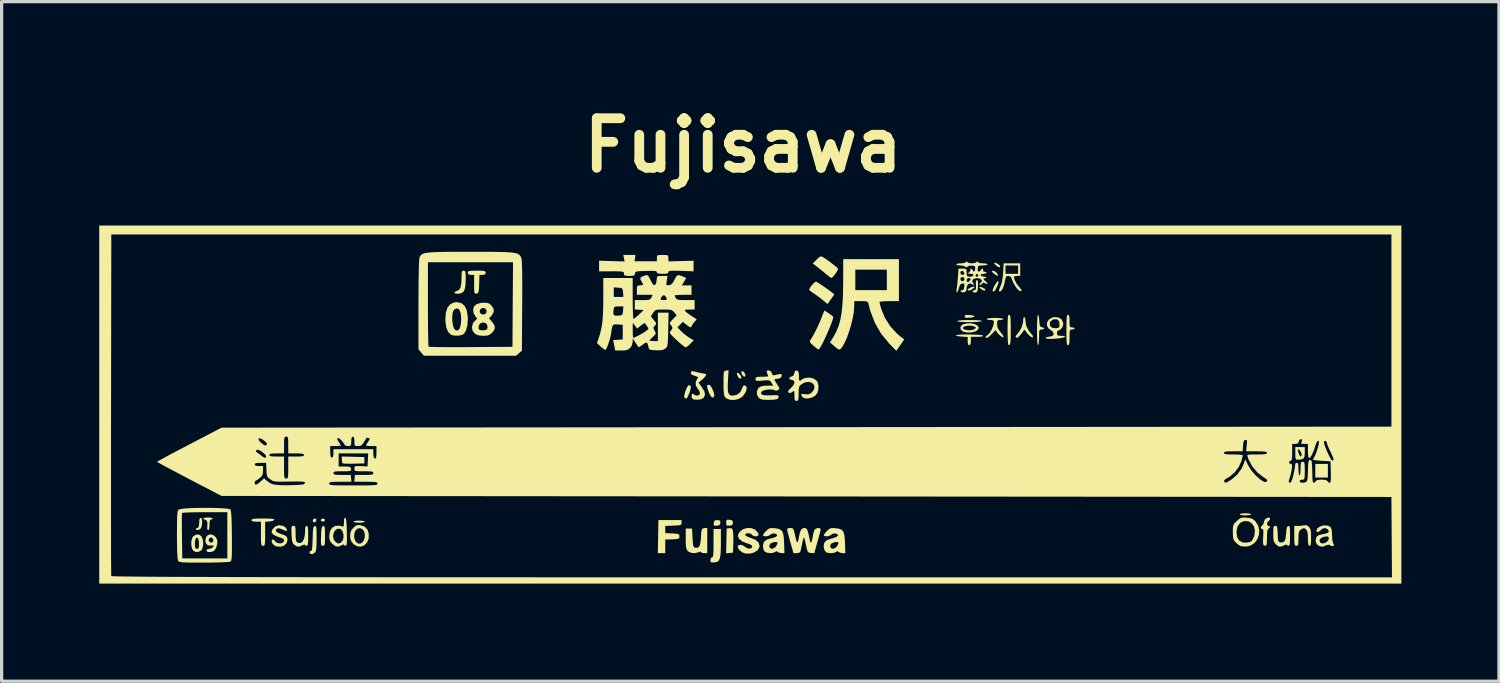
<source format=kicad_pcb>
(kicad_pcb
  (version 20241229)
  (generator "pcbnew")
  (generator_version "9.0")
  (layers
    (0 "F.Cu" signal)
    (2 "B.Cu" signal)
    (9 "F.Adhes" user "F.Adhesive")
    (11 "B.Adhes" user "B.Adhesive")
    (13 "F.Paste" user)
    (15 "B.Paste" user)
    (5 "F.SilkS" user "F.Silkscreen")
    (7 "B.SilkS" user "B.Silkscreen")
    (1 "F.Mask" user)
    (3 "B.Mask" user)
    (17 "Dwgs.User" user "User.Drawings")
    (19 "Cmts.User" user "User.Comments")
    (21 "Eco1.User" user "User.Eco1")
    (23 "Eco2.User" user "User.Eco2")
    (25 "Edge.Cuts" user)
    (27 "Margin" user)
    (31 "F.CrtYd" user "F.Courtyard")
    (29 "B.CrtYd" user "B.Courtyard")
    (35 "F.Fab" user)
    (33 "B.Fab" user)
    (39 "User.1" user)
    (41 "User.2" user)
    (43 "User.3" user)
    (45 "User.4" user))
  (footprint "Fujisawa"
    (layer "F.Cu")
    (at 20.01 9.368)
    (property "Reference" "Fujisawa" (at -0.22 -7.95 0) (layer "F.SilkS") (effects (font (size 1.524 1.524) (thickness 0.3))))
    (attr board_only exclude_from_pos_files exclude_from_bom)
    (fp_poly (pts (xy 17.751 2.259) (xy 17.364 2.259) (xy 17.364 1.84) (xy 17.751 1.84)) (stroke (width 0) (type solid)) (fill yes) (layer "F.SilkS"))
    (fp_poly (pts (xy -13.337 3.543) (xy -13.335 3.572) (xy -13.365 3.626) (xy -13.411 3.639) (xy -13.441 3.616) (xy -13.447 3.561) (xy -13.404 3.523) (xy -13.373 3.518)) (stroke (width 0) (type solid)) (fill yes) (layer "F.SilkS"))
    (fp_poly (pts (xy -13.083 3.538) (xy -13.071 3.566) (xy -13.098 3.606) (xy -13.136 3.615) (xy -13.188 3.595) (xy -13.2 3.566) (xy -13.173 3.527) (xy -13.136 3.518)) (stroke (width 0) (type solid)) (fill yes) (layer "F.SilkS"))
    (fp_poly (pts (xy -0.22 -1.005) (xy -0.183 -0.966) (xy -0.15 -0.895) (xy -0.159 -0.849) (xy -0.188 -0.839) (xy -0.22 -0.863) (xy -0.253 -0.907) (xy -0.278 -0.975) (xy -0.262 -1.012)) (stroke (width 0) (type solid)) (fill yes) (layer "F.SilkS"))
    (fp_poly (pts (xy 7.145 -3.578) (xy 7.204 -3.544) (xy 7.229 -3.513) (xy 7.206 -3.488) (xy 7.15 -3.498) (xy 7.087 -3.535) (xy 7.046 -3.577) (xy 7.042 -3.599) (xy 7.081 -3.601)) (stroke (width 0) (type solid)) (fill yes) (layer "F.SilkS"))
    (fp_poly (pts (xy -0.373 -0.956) (xy -0.328 -0.916) (xy -0.289 -0.862) (xy -0.273 -0.814) (xy -0.276 -0.803) (xy -0.315 -0.776) (xy -0.361 -0.812) (xy -0.387 -0.855) (xy -0.411 -0.921) (xy -0.406 -0.96)) (stroke (width 0) (type solid)) (fill yes) (layer "F.SilkS"))
    (fp_poly (pts (xy 7.496 -4.088) (xy 7.552 -4.051) (xy 7.563 -4.04) (xy 7.612 -3.973) (xy 7.612 -3.941) (xy 7.57 -3.949) (xy 7.496 -4) (xy 7.444 -4.049) (xy 7.423 -4.08) (xy 7.445 -4.1)) (stroke (width 0) (type solid)) (fill yes) (layer "F.SilkS"))
    (fp_poly (pts (xy -12.208 1.621) (xy -11.861 1.63) (xy -11.861 1.824) (xy -12.185 1.833) (xy -12.324 1.834) (xy -12.438 1.832) (xy -12.512 1.825) (xy -12.532 1.819) (xy -12.549 1.773) (xy -12.555 1.704) (xy -12.555 1.612)) (stroke (width 0) (type solid)) (fill yes) (layer "F.SilkS"))
    (fp_poly (pts (xy 6.893 -3.599) (xy 6.864 -3.564) (xy 6.813 -3.525) (xy 6.759 -3.494) (xy 6.726 -3.486) (xy 6.685 -3.501) (xy 6.681 -3.513) (xy 6.707 -3.544) (xy 6.77 -3.58) (xy 6.841 -3.607) (xy 6.884 -3.614)) (stroke (width 0) (type solid)) (fill yes) (layer "F.SilkS"))
    (fp_poly (pts (xy 7.595 -4.314) (xy 7.652 -4.272) (xy 7.681 -4.231) (xy 7.681 -4.227) (xy 7.665 -4.198) (xy 7.612 -4.217) (xy 7.553 -4.259) (xy 7.504 -4.307) (xy 7.494 -4.342) (xy 7.495 -4.343) (xy 7.534 -4.343)) (stroke (width 0) (type solid)) (fill yes) (layer "F.SilkS"))
    (fp_poly (pts (xy -11.925 3.588) (xy -11.861 3.601) (xy -11.845 3.615) (xy -11.874 3.632) (xy -11.949 3.644) (xy -12.022 3.647) (xy -12.119 3.642) (xy -12.184 3.628) (xy -12.2 3.615) (xy -12.171 3.597) (xy -12.095 3.585) (xy -12.022 3.582)) (stroke (width 0) (type solid)) (fill yes) (layer "F.SilkS"))
    (fp_poly (pts (xy -0.947 3.575) (xy -0.922 3.612) (xy -0.92 3.647) (xy -0.931 3.704) (xy -0.975 3.73) (xy -1.027 3.738) (xy -1.099 3.74) (xy -1.126 3.718) (xy -1.124 3.657) (xy -1.106 3.592) (xy -1.059 3.568) (xy -1.017 3.566)) (stroke (width 0) (type solid)) (fill yes) (layer "F.SilkS"))
    (fp_poly (pts (xy -0.638 3.556) (xy -0.565 3.572) (xy -0.537 3.61) (xy -0.534 3.647) (xy -0.545 3.705) (xy -0.591 3.731) (xy -0.638 3.738) (xy -0.71 3.739) (xy -0.738 3.712) (xy -0.742 3.647) (xy -0.737 3.578) (xy -0.706 3.554)) (stroke (width 0) (type solid)) (fill yes) (layer "F.SilkS"))
    (fp_poly (pts (xy 6.737 -2.737) (xy 6.827 -2.725) (xy 6.882 -2.706) (xy 6.891 -2.695) (xy 6.862 -2.674) (xy 6.788 -2.658) (xy 6.737 -2.653) (xy 6.642 -2.651) (xy 6.596 -2.664) (xy 6.584 -2.695) (xy 6.597 -2.726) (xy 6.644 -2.739)) (stroke (width 0) (type solid)) (fill yes) (layer "F.SilkS"))
    (fp_poly (pts (xy 7.631 -3.765) (xy 7.618 -3.697) (xy 7.58 -3.603) (xy 7.529 -3.507) (xy 7.493 -3.462) (xy 7.463 -3.46) (xy 7.447 -3.472) (xy 7.451 -3.508) (xy 7.479 -3.583) (xy 7.512 -3.651) (xy 7.571 -3.746) (xy 7.613 -3.783)) (stroke (width 0) (type solid)) (fill yes) (layer "F.SilkS"))
    (fp_poly (pts (xy 15.315 3.362) (xy 15.379 3.376) (xy 15.395 3.389) (xy 15.366 3.406) (xy 15.29 3.418) (xy 15.217 3.421) (xy 15.12 3.416) (xy 15.056 3.402) (xy 15.04 3.389) (xy 15.069 3.371) (xy 15.144 3.359) (xy 15.217 3.357)) (stroke (width 0) (type solid)) (fill yes) (layer "F.SilkS"))
    (fp_poly (pts (xy -0.578 3.816) (xy -0.547 3.852) (xy -0.533 3.911) (xy -0.524 3.994) (xy -0.521 4.118) (xy -0.522 4.259) (xy -0.523 4.293) (xy -0.533 4.567) (xy -0.638 4.577) (xy -0.744 4.587) (xy -0.735 4.206) (xy -0.726 3.825) (xy -0.639 3.814)) (stroke (width 0) (type solid)) (fill yes) (layer "F.SilkS"))
    (fp_poly (pts (xy -1.839 -0.566) (xy -1.825 -0.517) (xy -1.845 -0.426) (xy -1.874 -0.341) (xy -1.918 -0.232) (xy -1.952 -0.177) (xy -1.984 -0.167) (xy -2.022 -0.196) (xy -2.032 -0.243) (xy -2.017 -0.325) (xy -1.987 -0.42) (xy -1.949 -0.508) (xy -1.909 -0.568) (xy -1.885 -0.581)) (stroke (width 0) (type solid)) (fill yes) (layer "F.SilkS"))
    (fp_poly (pts (xy -1.241 -0.579) (xy -1.196 -0.521) (xy -1.152 -0.433) (xy -1.119 -0.338) (xy -1.105 -0.264) (xy -1.108 -0.244) (xy -1.144 -0.197) (xy -1.189 -0.212) (xy -1.24 -0.286) (xy -1.282 -0.379) (xy -1.32 -0.492) (xy -1.33 -0.558) (xy -1.315 -0.586) (xy -1.259 -0.59)) (stroke (width 0) (type solid)) (fill yes) (layer "F.SilkS"))
    (fp_poly (pts (xy 6.926 -2.579) (xy 7.048 -2.572) (xy 7.11 -2.56) (xy 7.117 -2.55) (xy 7.077 -2.536) (xy 6.986 -2.526) (xy 6.853 -2.519) (xy 6.727 -2.517) (xy 6.563 -2.52) (xy 6.442 -2.528) (xy 6.372 -2.54) (xy 6.358 -2.55) (xy 6.389 -2.564) (xy 6.477 -2.574) (xy 6.615 -2.58) (xy 6.747 -2.582)) (stroke (width 0) (type solid)) (fill yes) (layer "F.SilkS"))
    (fp_poly (pts (xy -16.863 3.512) (xy -16.849 3.573) (xy -16.848 3.658) (xy -16.859 3.744) (xy -16.881 3.811) (xy -16.924 3.853) (xy -16.981 3.872) (xy -17.028 3.866) (xy -17.041 3.841) (xy -17.015 3.812) (xy -16.993 3.808) (xy -16.955 3.781) (xy -16.94 3.697) (xy -16.94 3.695) (xy -16.935 3.59) (xy -16.927 3.532) (xy -16.911 3.505) (xy -16.888 3.494)) (stroke (width 0) (type solid)) (fill yes) (layer "F.SilkS"))
    (fp_poly (pts (xy 6.989 -3.789) (xy 6.999 -3.723) (xy 6.997 -3.623) (xy 6.989 -3.516) (xy 6.973 -3.458) (xy 6.943 -3.433) (xy 6.918 -3.427) (xy 6.854 -3.432) (xy 6.829 -3.448) (xy 6.84 -3.478) (xy 6.878 -3.496) (xy 6.92 -3.516) (xy 6.937 -3.559) (xy 6.935 -3.643) (xy 6.934 -3.661) (xy 6.933 -3.759) (xy 6.949 -3.803) (xy 6.965 -3.808)) (stroke (width 0) (type solid)) (fill yes) (layer "F.SilkS"))
    (fp_poly (pts (xy -13.101 3.751) (xy -13.085 3.774) (xy -13.076 3.83) (xy -13.072 3.931) (xy -13.071 4.048) (xy -13.072 4.191) (xy -13.077 4.282) (xy -13.087 4.331) (xy -13.106 4.353) (xy -13.137 4.357) (xy -13.137 4.357) (xy -13.168 4.353) (xy -13.186 4.333) (xy -13.195 4.284) (xy -13.197 4.195) (xy -13.193 4.059) (xy -13.187 3.916) (xy -13.178 3.825) (xy -13.163 3.775) (xy -13.14 3.753) (xy -13.128 3.75)) (stroke (width 0) (type solid)) (fill yes) (layer "F.SilkS"))
    (fp_poly (pts (xy 2.072 -3.735) (xy 2.156 -3.681) (xy 2.26 -3.611) (xy 2.369 -3.535) (xy 2.465 -3.464) (xy 2.51 -3.43) (xy 2.584 -3.371) (xy 2.478 -3.222) (xy 2.372 -3.073) (xy 2.243 -3.183) (xy 2.136 -3.268) (xy 2.013 -3.358) (xy 1.961 -3.393) (xy 1.877 -3.45) (xy 1.822 -3.494) (xy 1.807 -3.511) (xy 1.827 -3.562) (xy 1.874 -3.631) (xy 1.933 -3.699) (xy 1.989 -3.749) (xy 2.023 -3.762)) (stroke (width 0) (type solid)) (fill yes) (layer "F.SilkS"))
    (fp_poly (pts (xy -0.904 4.268) (xy -0.907 4.478) (xy -0.916 4.632) (xy -0.935 4.738) (xy -0.966 4.807) (xy -1.012 4.846) (xy -1.077 4.864) (xy -1.106 4.867) (xy -1.185 4.87) (xy -1.219 4.851) (xy -1.226 4.8) (xy -1.226 4.795) (xy -1.21 4.728) (xy -1.178 4.712) (xy -1.158 4.703) (xy -1.144 4.669) (xy -1.136 4.601) (xy -1.131 4.49) (xy -1.13 4.326) (xy -1.13 4.276) (xy -1.13 3.841) (xy -0.904 3.841)) (stroke (width 0) (type solid)) (fill yes) (layer "F.SilkS"))
    (fp_poly (pts (xy -16.583 3.492) (xy -16.531 3.508) (xy -16.525 3.518) (xy -16.551 3.547) (xy -16.573 3.55) (xy -16.603 3.567) (xy -16.618 3.627) (xy -16.621 3.712) (xy -16.627 3.804) (xy -16.642 3.862) (xy -16.654 3.873) (xy -16.688 3.854) (xy -16.689 3.849) (xy -16.69 3.803) (xy -16.687 3.721) (xy -16.686 3.701) (xy -16.689 3.616) (xy -16.715 3.574) (xy -16.748 3.56) (xy -16.807 3.535) (xy -16.808 3.51) (xy -16.757 3.492) (xy -16.67 3.486)) (stroke (width 0) (type solid)) (fill yes) (layer "F.SilkS"))
    (fp_poly (pts (xy -8.779 -4.094) (xy -8.76 -4.069) (xy -8.75 -4.012) (xy -8.747 -3.91) (xy -8.746 -3.839) (xy -8.753 -3.655) (xy -8.778 -3.527) (xy -8.823 -3.445) (xy -8.896 -3.402) (xy -8.999 -3.389) (xy -9.077 -3.399) (xy -9.093 -3.429) (xy -9.054 -3.465) (xy -9.008 -3.48) (xy -8.946 -3.511) (xy -8.905 -3.585) (xy -8.882 -3.709) (xy -8.875 -3.875) (xy -8.874 -3.993) (xy -8.866 -4.061) (xy -8.848 -4.091) (xy -8.815 -4.099) (xy -8.811 -4.099)) (stroke (width 0) (type solid)) (fill yes) (layer "F.SilkS"))
    (fp_poly (pts (xy 7.975 -2.734) (xy 7.988 -2.702) (xy 7.997 -2.636) (xy 8.002 -2.528) (xy 8.004 -2.369) (xy 8.004 -2.275) (xy 8.003 -2.081) (xy 7.998 -1.944) (xy 7.988 -1.858) (xy 7.972 -1.817) (xy 7.949 -1.813) (xy 7.929 -1.829) (xy 7.921 -1.867) (xy 7.914 -1.958) (xy 7.91 -2.088) (xy 7.907 -2.246) (xy 7.907 -2.297) (xy 7.908 -2.478) (xy 7.912 -2.604) (xy 7.919 -2.683) (xy 7.931 -2.727) (xy 7.949 -2.743) (xy 7.956 -2.743)) (stroke (width 0) (type solid)) (fill yes) (layer "F.SilkS"))
    (fp_poly (pts (xy -2.114 3.647) (xy -2.117 3.688) (xy -2.136 3.712) (xy -2.183 3.726) (xy -2.273 3.733) (xy -2.364 3.737) (xy -2.614 3.747) (xy -2.614 3.967) (xy -2.396 3.976) (xy -2.281 3.983) (xy -2.216 3.994) (xy -2.186 4.015) (xy -2.179 4.052) (xy -2.179 4.067) (xy -2.182 4.11) (xy -2.204 4.135) (xy -2.257 4.148) (xy -2.356 4.155) (xy -2.396 4.157) (xy -2.614 4.166) (xy -2.614 4.583) (xy -2.842 4.583) (xy -2.833 4.075) (xy -2.824 3.566) (xy -2.114 3.566)) (stroke (width 0) (type solid)) (fill yes) (layer "F.SilkS"))
    (fp_poly (pts (xy 2.202 -4.531) (xy 2.231 -4.517) (xy 2.297 -4.476) (xy 2.389 -4.411) (xy 2.491 -4.335) (xy 2.587 -4.26) (xy 2.66 -4.198) (xy 2.696 -4.162) (xy 2.688 -4.123) (xy 2.65 -4.056) (xy 2.597 -3.979) (xy 2.542 -3.913) (xy 2.499 -3.877) (xy 2.49 -3.874) (xy 2.457 -3.894) (xy 2.389 -3.946) (xy 2.299 -4.018) (xy 2.288 -4.028) (xy 2.183 -4.115) (xy 2.084 -4.195) (xy 2.014 -4.249) (xy 1.92 -4.319) (xy 2.037 -4.438) (xy 2.109 -4.507) (xy 2.158 -4.535)) (stroke (width 0) (type solid)) (fill yes) (layer "F.SilkS"))
    (fp_poly (pts (xy 6.805 -2.137) (xy 6.94 -2.132) (xy 7.053 -2.125) (xy 7.13 -2.114) (xy 7.158 -2.102) (xy 7.136 -2.079) (xy 7.051 -2.067) (xy 6.974 -2.066) (xy 6.778 -2.066) (xy 6.778 -1.936) (xy 6.77 -1.847) (xy 6.743 -1.81) (xy 6.729 -1.807) (xy 6.695 -1.829) (xy 6.682 -1.9) (xy 6.681 -1.935) (xy 6.681 -2.062) (xy 6.503 -2.072) (xy 6.404 -2.082) (xy 6.336 -2.097) (xy 6.317 -2.109) (xy 6.343 -2.122) (xy 6.419 -2.131) (xy 6.531 -2.137) (xy 6.665 -2.138)) (stroke (width 0) (type solid)) (fill yes) (layer "F.SilkS"))
    (fp_poly (pts (xy 17.041 1.497) (xy 17.033 1.61) (xy 17.001 1.674) (xy 16.931 1.703) (xy 16.823 1.71) (xy 16.783 1.705) (xy 16.761 1.679) (xy 16.752 1.618) (xy 16.75 1.517) (xy 16.75 1.432) (xy 16.83 1.432) (xy 16.847 1.501) (xy 16.876 1.569) (xy 16.907 1.611) (xy 16.915 1.614) (xy 16.939 1.587) (xy 16.944 1.555) (xy 16.93 1.495) (xy 16.897 1.433) (xy 16.859 1.393) (xy 16.834 1.391) (xy 16.83 1.432) (xy 16.75 1.432) (xy 16.75 1.323) (xy 17.041 1.323)) (stroke (width 0) (type solid)) (fill yes) (layer "F.SilkS"))
    (fp_poly (pts (xy -13.362 3.751) (xy -13.346 3.771) (xy -13.336 3.821) (xy -13.331 3.91) (xy -13.329 4.049) (xy -13.329 4.126) (xy -13.331 4.301) (xy -13.337 4.422) (xy -13.349 4.5) (xy -13.367 4.548) (xy -13.38 4.565) (xy -13.453 4.61) (xy -13.519 4.605) (xy -13.534 4.594) (xy -13.554 4.547) (xy -13.521 4.519) (xy -13.508 4.518) (xy -13.487 4.507) (xy -13.472 4.467) (xy -13.462 4.387) (xy -13.455 4.26) (xy -13.451 4.14) (xy -13.446 3.976) (xy -13.439 3.866) (xy -13.429 3.799) (xy -13.413 3.764) (xy -13.389 3.751) (xy -13.386 3.75)) (stroke (width 0) (type solid)) (fill yes) (layer "F.SilkS"))
    (fp_poly (pts (xy 8.86 -2.714) (xy 8.875 -2.638) (xy 8.882 -2.558) (xy 8.89 -2.452) (xy 8.906 -2.394) (xy 8.935 -2.369) (xy 8.964 -2.362) (xy 9.026 -2.34) (xy 9.03 -2.311) (xy 8.977 -2.292) (xy 8.956 -2.291) (xy 8.915 -2.288) (xy 8.891 -2.27) (xy 8.879 -2.224) (xy 8.876 -2.134) (xy 8.875 -2.049) (xy 8.871 -1.927) (xy 8.861 -1.842) (xy 8.845 -1.808) (xy 8.843 -1.807) (xy 8.83 -1.839) (xy 8.82 -1.929) (xy 8.813 -2.072) (xy 8.811 -2.262) (xy 8.811 -2.275) (xy 8.813 -2.454) (xy 8.819 -2.597) (xy 8.827 -2.696) (xy 8.839 -2.741) (xy 8.842 -2.743)) (stroke (width 0) (type solid)) (fill yes) (layer "F.SilkS"))
    (fp_poly (pts (xy -8.274 -4.098) (xy -8.193 -4.092) (xy -8.15 -4.079) (xy -8.135 -4.056) (xy -8.133 -4.034) (xy -8.149 -3.987) (xy -8.206 -3.97) (xy -8.229 -3.97) (xy -8.324 -3.97) (xy -8.334 -3.687) (xy -8.339 -3.552) (xy -8.348 -3.467) (xy -8.362 -3.421) (xy -8.387 -3.401) (xy -8.416 -3.395) (xy -8.45 -3.393) (xy -8.471 -3.407) (xy -8.483 -3.449) (xy -8.487 -3.53) (xy -8.488 -3.664) (xy -8.488 -3.677) (xy -8.488 -3.97) (xy -8.585 -3.97) (xy -8.656 -3.98) (xy -8.681 -4.018) (xy -8.682 -4.034) (xy -8.677 -4.066) (xy -8.653 -4.085) (xy -8.598 -4.095) (xy -8.499 -4.098) (xy -8.407 -4.099)) (stroke (width 0) (type solid)) (fill yes) (layer "F.SilkS"))
    (fp_poly (pts (xy 2.314 -2.855) (xy 2.379 -2.811) (xy 2.415 -2.785) (xy 2.488 -2.731) (xy 2.537 -2.695) (xy 2.546 -2.689) (xy 2.547 -2.652) (xy 2.524 -2.57) (xy 2.482 -2.453) (xy 2.426 -2.315) (xy 2.362 -2.166) (xy 2.294 -2.019) (xy 2.229 -1.884) (xy 2.17 -1.775) (xy 2.124 -1.702) (xy 2.098 -1.678) (xy 2.058 -1.698) (xy 1.989 -1.75) (xy 1.936 -1.796) (xy 1.862 -1.865) (xy 1.83 -1.91) (xy 1.833 -1.947) (xy 1.855 -1.981) (xy 1.917 -2.08) (xy 1.992 -2.219) (xy 2.071 -2.379) (xy 2.143 -2.54) (xy 2.195 -2.671) (xy 2.234 -2.773) (xy 2.265 -2.845) (xy 2.282 -2.872)) (stroke (width 0) (type solid)) (fill yes) (layer "F.SilkS"))
    (fp_poly (pts (xy -14.809 3.52) (xy -14.702 3.526) (xy -14.644 3.537) (xy -14.627 3.554) (xy -14.628 3.558) (xy -14.666 3.585) (xy -14.744 3.605) (xy -14.776 3.609) (xy -14.911 3.618) (xy -14.911 3.988) (xy -14.911 4.147) (xy -14.915 4.252) (xy -14.923 4.315) (xy -14.937 4.346) (xy -14.96 4.356) (xy -14.975 4.357) (xy -15.003 4.353) (xy -15.021 4.334) (xy -15.032 4.289) (xy -15.038 4.207) (xy -15.04 4.077) (xy -15.04 3.986) (xy -15.04 3.615) (xy -15.185 3.615) (xy -15.281 3.608) (xy -15.324 3.587) (xy -15.33 3.566) (xy -15.32 3.545) (xy -15.283 3.53) (xy -15.209 3.522) (xy -15.087 3.519) (xy -14.973 3.518)) (stroke (width 0) (type solid)) (fill yes) (layer "F.SilkS"))
    (fp_poly (pts (xy 8.445 -2.655) (xy 8.456 -2.581) (xy 8.456 -2.571) (xy 8.482 -2.395) (xy 8.565 -2.241) (xy 8.622 -2.174) (xy 8.68 -2.102) (xy 8.691 -2.058) (xy 8.685 -2.051) (xy 8.641 -2.058) (xy 8.576 -2.105) (xy 8.505 -2.18) (xy 8.46 -2.244) (xy 8.424 -2.284) (xy 8.403 -2.266) (xy 8.368 -2.208) (xy 8.312 -2.138) (xy 8.252 -2.074) (xy 8.207 -2.037) (xy 8.197 -2.033) (xy 8.155 -2.056) (xy 8.152 -2.061) (xy 8.163 -2.098) (xy 8.209 -2.157) (xy 8.229 -2.177) (xy 8.291 -2.262) (xy 8.344 -2.376) (xy 8.379 -2.496) (xy 8.388 -2.596) (xy 8.385 -2.613) (xy 8.4 -2.66) (xy 8.416 -2.669)) (stroke (width 0) (type solid)) (fill yes) (layer "F.SilkS"))
    (fp_poly (pts (xy 6.883 -2.462) (xy 6.971 -2.421) (xy 7.016 -2.362) (xy 7.02 -2.34) (xy 6.991 -2.278) (xy 6.915 -2.231) (xy 6.809 -2.203) (xy 6.69 -2.197) (xy 6.574 -2.216) (xy 6.528 -2.234) (xy 6.467 -2.291) (xy 6.459 -2.355) (xy 6.535 -2.355) (xy 6.538 -2.317) (xy 6.588 -2.288) (xy 6.668 -2.271) (xy 6.758 -2.268) (xy 6.842 -2.282) (xy 6.892 -2.305) (xy 6.932 -2.339) (xy 6.922 -2.362) (xy 6.869 -2.39) (xy 6.784 -2.409) (xy 6.684 -2.408) (xy 6.592 -2.39) (xy 6.537 -2.357) (xy 6.535 -2.355) (xy 6.459 -2.355) (xy 6.459 -2.362) (xy 6.503 -2.427) (xy 6.537 -2.448) (xy 6.65 -2.479) (xy 6.771 -2.483)) (stroke (width 0) (type solid)) (fill yes) (layer "F.SilkS"))
    (fp_poly (pts (xy -16.871 4.065) (xy -16.865 4.074) (xy -16.828 4.165) (xy -16.815 4.281) (xy -16.825 4.394) (xy -16.859 4.481) (xy -16.874 4.497) (xy -16.962 4.544) (xy -17.053 4.545) (xy -17.126 4.501) (xy -17.142 4.479) (xy -17.177 4.369) (xy -17.18 4.284) (xy -17.072 4.284) (xy -17.069 4.371) (xy -17.055 4.428) (xy -17.052 4.432) (xy -17.003 4.453) (xy -16.987 4.454) (xy -16.959 4.429) (xy -16.945 4.35) (xy -16.944 4.294) (xy -16.953 4.186) (xy -16.977 4.12) (xy -17.011 4.104) (xy -17.044 4.135) (xy -17.063 4.196) (xy -17.072 4.284) (xy -17.18 4.284) (xy -17.182 4.244) (xy -17.159 4.13) (xy -17.125 4.07) (xy -17.039 4.013) (xy -16.949 4.011)) (stroke (width 0) (type solid)) (fill yes) (layer "F.SilkS"))
    (fp_poly (pts (xy 9.791 -2.728) (xy 9.806 -2.676) (xy 9.811 -2.573) (xy 9.811 -2.55) (xy 9.813 -2.442) (xy 9.822 -2.384) (xy 9.846 -2.361) (xy 9.889 -2.356) (xy 9.892 -2.356) (xy 9.953 -2.345) (xy 9.973 -2.324) (xy 9.945 -2.3) (xy 9.892 -2.291) (xy 9.851 -2.288) (xy 9.827 -2.27) (xy 9.815 -2.224) (xy 9.812 -2.134) (xy 9.811 -2.049) (xy 9.809 -1.922) (xy 9.8 -1.847) (xy 9.782 -1.813) (xy 9.763 -1.807) (xy 9.744 -1.816) (xy 9.73 -1.849) (xy 9.722 -1.915) (xy 9.717 -2.023) (xy 9.715 -2.182) (xy 9.715 -2.275) (xy 9.716 -2.461) (xy 9.719 -2.592) (xy 9.726 -2.676) (xy 9.737 -2.723) (xy 9.753 -2.742) (xy 9.763 -2.743)) (stroke (width 0) (type solid)) (fill yes) (layer "F.SilkS"))
    (fp_poly (pts (xy -1.323 4.583) (xy -1.42 4.583) (xy -1.488 4.573) (xy -1.517 4.55) (xy -1.517 4.55) (xy -1.537 4.533) (xy -1.579 4.55) (xy -1.689 4.581) (xy -1.805 4.575) (xy -1.902 4.535) (xy -1.923 4.515) (xy -1.953 4.472) (xy -1.971 4.414) (xy -1.981 4.324) (xy -1.985 4.189) (xy -1.985 4.136) (xy -1.985 3.825) (xy -1.791 3.825) (xy -1.775 4.115) (xy -1.766 4.253) (xy -1.756 4.339) (xy -1.741 4.387) (xy -1.717 4.408) (xy -1.683 4.416) (xy -1.617 4.415) (xy -1.572 4.383) (xy -1.543 4.311) (xy -1.524 4.189) (xy -1.517 4.089) (xy -1.508 3.959) (xy -1.498 3.88) (xy -1.48 3.838) (xy -1.451 3.821) (xy -1.412 3.814) (xy -1.323 3.804)) (stroke (width 0) (type solid)) (fill yes) (layer "F.SilkS"))
    (fp_poly (pts (xy -0.687 -0.725) (xy -0.694 -0.54) (xy -0.689 -0.409) (xy -0.669 -0.325) (xy -0.63 -0.278) (xy -0.571 -0.26) (xy -0.541 -0.258) (xy -0.407 -0.285) (xy -0.309 -0.366) (xy -0.258 -0.468) (xy -0.226 -0.549) (xy -0.194 -0.577) (xy -0.148 -0.561) (xy -0.133 -0.552) (xy -0.109 -0.503) (xy -0.121 -0.423) (xy -0.164 -0.33) (xy -0.23 -0.242) (xy -0.263 -0.211) (xy -0.369 -0.152) (xy -0.497 -0.126) (xy -0.624 -0.131) (xy -0.728 -0.169) (xy -0.762 -0.197) (xy -0.789 -0.235) (xy -0.806 -0.286) (xy -0.817 -0.364) (xy -0.822 -0.481) (xy -0.823 -0.641) (xy -0.823 -0.801) (xy -0.82 -0.908) (xy -0.812 -0.973) (xy -0.798 -1.008) (xy -0.774 -1.022) (xy -0.745 -1.028) (xy -0.668 -1.039)) (stroke (width 0) (type solid)) (fill yes) (layer "F.SilkS"))
    (fp_poly (pts (xy -16.505 4.026) (xy -16.429 4.091) (xy -16.384 4.175) (xy -16.377 4.258) (xy -16.398 4.361) (xy -16.437 4.456) (xy -16.487 4.515) (xy -16.491 4.518) (xy -16.574 4.546) (xy -16.653 4.549) (xy -16.707 4.527) (xy -16.718 4.502) (xy -16.69 4.463) (xy -16.644 4.454) (xy -16.567 4.436) (xy -16.509 4.393) (xy -16.492 4.355) (xy -16.519 4.344) (xy -16.573 4.349) (xy -16.669 4.342) (xy -16.731 4.283) (xy -16.75 4.194) (xy -16.749 4.186) (xy -16.648 4.186) (xy -16.641 4.213) (xy -16.599 4.253) (xy -16.541 4.255) (xy -16.51 4.231) (xy -16.504 4.174) (xy -16.534 4.119) (xy -16.574 4.099) (xy -16.631 4.125) (xy -16.648 4.186) (xy -16.749 4.186) (xy -16.728 4.089) (xy -16.67 4.026) (xy -16.591 4.004)) (stroke (width 0) (type solid)) (fill yes) (layer "F.SilkS"))
    (fp_poly (pts (xy -11.982 3.723) (xy -11.851 3.769) (xy -11.766 3.86) (xy -11.726 3.992) (xy -11.73 4.136) (xy -11.777 4.253) (xy -11.857 4.337) (xy -11.957 4.38) (xy -12.068 4.376) (xy -12.177 4.318) (xy -12.202 4.295) (xy -12.265 4.218) (xy -12.292 4.135) (xy -12.295 4.075) (xy -12.178 4.075) (xy -12.156 4.176) (xy -12.107 4.251) (xy -12.043 4.291) (xy -11.971 4.286) (xy -11.9 4.228) (xy -11.895 4.221) (xy -11.86 4.139) (xy -11.845 4.038) (xy -11.845 4.032) (xy -11.866 3.921) (xy -11.92 3.847) (xy -11.992 3.814) (xy -12.068 3.826) (xy -12.133 3.885) (xy -12.164 3.957) (xy -12.178 4.075) (xy -12.295 4.075) (xy -12.297 4.05) (xy -12.288 3.942) (xy -12.253 3.864) (xy -12.198 3.802) (xy -12.125 3.739) (xy -12.061 3.717)) (stroke (width 0) (type solid)) (fill yes) (layer "F.SilkS"))
    (fp_poly (pts (xy 17.167 3.773) (xy 17.202 3.818) (xy 17.222 3.876) (xy 17.232 3.965) (xy 17.235 4.099) (xy 17.232 4.231) (xy 17.224 4.311) (xy 17.208 4.349) (xy 17.186 4.357) (xy 17.16 4.344) (xy 17.145 4.296) (xy 17.138 4.201) (xy 17.138 4.133) (xy 17.132 3.991) (xy 17.113 3.901) (xy 17.087 3.859) (xy 17.035 3.817) (xy 16.988 3.817) (xy 16.919 3.859) (xy 16.88 3.894) (xy 16.859 3.944) (xy 16.849 4.025) (xy 16.847 4.133) (xy 16.845 4.251) (xy 16.838 4.319) (xy 16.819 4.349) (xy 16.787 4.357) (xy 16.783 4.357) (xy 16.753 4.352) (xy 16.734 4.331) (xy 16.723 4.279) (xy 16.719 4.187) (xy 16.718 4.05) (xy 16.718 3.744) (xy 16.823 3.747) (xy 16.928 3.741) (xy 17.014 3.727) (xy 17.097 3.726)) (stroke (width 0) (type solid)) (fill yes) (layer "F.SilkS"))
    (fp_poly (pts (xy 15.973 3.507) (xy 15.97 3.551) (xy 15.936 3.59) (xy 15.927 3.594) (xy 15.888 3.638) (xy 15.879 3.678) (xy 15.899 3.732) (xy 15.927 3.744) (xy 15.97 3.762) (xy 15.976 3.777) (xy 15.95 3.816) (xy 15.927 3.829) (xy 15.902 3.855) (xy 15.887 3.915) (xy 15.88 4.021) (xy 15.879 4.102) (xy 15.877 4.235) (xy 15.868 4.314) (xy 15.85 4.351) (xy 15.833 4.357) (xy 15.778 4.338) (xy 15.767 4.326) (xy 15.759 4.279) (xy 15.758 4.189) (xy 15.763 4.072) (xy 15.763 4.067) (xy 15.769 3.946) (xy 15.765 3.875) (xy 15.749 3.845) (xy 15.732 3.841) (xy 15.692 3.819) (xy 15.69 3.775) (xy 15.726 3.735) (xy 15.734 3.732) (xy 15.771 3.689) (xy 15.782 3.633) (xy 15.811 3.554) (xy 15.881 3.499) (xy 15.941 3.486)) (stroke (width 0) (type solid)) (fill yes) (layer "F.SilkS"))
    (fp_poly (pts (xy -8.882 -3.102) (xy -8.783 -3.02) (xy -8.716 -2.884) (xy -8.685 -2.699) (xy -8.682 -2.615) (xy -8.696 -2.417) (xy -8.736 -2.263) (xy -8.8 -2.161) (xy -8.838 -2.133) (xy -8.929 -2.107) (xy -9.046 -2.1) (xy -9.155 -2.114) (xy -9.206 -2.133) (xy -9.288 -2.217) (xy -9.344 -2.354) (xy -9.37 -2.538) (xy -9.372 -2.598) (xy -9.366 -2.687) (xy -9.162 -2.687) (xy -9.159 -2.561) (xy -9.139 -2.417) (xy -9.101 -2.315) (xy -9.05 -2.261) (xy -8.991 -2.263) (xy -8.946 -2.3) (xy -8.914 -2.374) (xy -8.893 -2.488) (xy -8.886 -2.62) (xy -8.895 -2.745) (xy -8.906 -2.801) (xy -8.936 -2.888) (xy -8.972 -2.928) (xy -9.023 -2.937) (xy -9.097 -2.91) (xy -9.143 -2.827) (xy -9.162 -2.687) (xy -9.366 -2.687) (xy -9.357 -2.808) (xy -9.307 -2.965) (xy -9.221 -3.069) (xy -9.099 -3.123) (xy -9.013 -3.131)) (stroke (width 0) (type solid)) (fill yes) (layer "F.SilkS"))
    (fp_poly (pts (xy -1.779 -1.012) (xy -1.707 -0.996) (xy -1.639 -0.98) (xy -1.533 -0.955) (xy -1.445 -0.939) (xy -1.413 -0.936) (xy -1.363 -0.92) (xy -1.366 -0.874) (xy -1.42 -0.805) (xy -1.473 -0.757) (xy -1.591 -0.658) (xy -1.489 -0.518) (xy -1.413 -0.39) (xy -1.392 -0.288) (xy -1.424 -0.206) (xy -1.447 -0.183) (xy -1.522 -0.147) (xy -1.627 -0.132) (xy -1.732 -0.14) (xy -1.767 -0.15) (xy -1.798 -0.192) (xy -1.807 -0.245) (xy -1.793 -0.308) (xy -1.759 -0.321) (xy -1.727 -0.29) (xy -1.682 -0.265) (xy -1.628 -0.258) (xy -1.567 -0.28) (xy -1.548 -0.337) (xy -1.574 -0.414) (xy -1.618 -0.472) (xy -1.675 -0.572) (xy -1.679 -0.68) (xy -1.634 -0.77) (xy -1.605 -0.808) (xy -1.615 -0.833) (xy -1.674 -0.856) (xy -1.713 -0.868) (xy -1.799 -0.902) (xy -1.829 -0.937) (xy -1.826 -0.957) (xy -1.81 -1.004) (xy -1.807 -1.015)) (stroke (width 0) (type solid)) (fill yes) (layer "F.SilkS"))
    (fp_poly (pts (xy 8.295 -3.937) (xy 8.198 -3.937) (xy 8.13 -3.929) (xy 8.101 -3.908) (xy 8.101 -3.907) (xy 8.123 -3.817) (xy 8.179 -3.707) (xy 8.258 -3.604) (xy 8.267 -3.594) (xy 8.328 -3.519) (xy 8.334 -3.475) (xy 8.328 -3.47) (xy 8.278 -3.474) (xy 8.215 -3.526) (xy 8.147 -3.616) (xy 8.082 -3.73) (xy 8.03 -3.858) (xy 8.023 -3.881) (xy 7.979 -3.927) (xy 7.929 -3.937) (xy 7.877 -3.928) (xy 7.848 -3.887) (xy 7.83 -3.805) (xy 7.798 -3.66) (xy 7.757 -3.547) (xy 7.71 -3.477) (xy 7.665 -3.458) (xy 7.643 -3.47) (xy 7.645 -3.507) (xy 7.672 -3.579) (xy 7.69 -3.617) (xy 7.735 -3.751) (xy 7.763 -3.938) (xy 7.768 -4.002) (xy 7.843 -4.002) (xy 8.23 -4.002) (xy 8.23 -4.26) (xy 7.843 -4.26) (xy 7.843 -4.002) (xy 7.768 -4.002) (xy 7.771 -4.036) (xy 7.787 -4.325) (xy 8.295 -4.325)) (stroke (width 0) (type solid)) (fill yes) (layer "F.SilkS"))
    (fp_poly (pts (xy -13.613 3.755) (xy -13.598 3.795) (xy -13.59 3.875) (xy -13.588 4.006) (xy -13.588 4.05) (xy -13.589 4.197) (xy -13.596 4.289) (xy -13.608 4.339) (xy -13.629 4.356) (xy -13.636 4.357) (xy -13.679 4.341) (xy -13.684 4.327) (xy -13.709 4.319) (xy -13.768 4.34) (xy -13.773 4.343) (xy -13.863 4.381) (xy -13.929 4.38) (xy -14 4.337) (xy -14.011 4.328) (xy -14.05 4.289) (xy -14.075 4.237) (xy -14.089 4.156) (xy -14.098 4.03) (xy -14.099 4.005) (xy -14.104 3.876) (xy -14.102 3.798) (xy -14.091 3.759) (xy -14.067 3.745) (xy -14.043 3.744) (xy -14.008 3.749) (xy -13.988 3.773) (xy -13.978 3.829) (xy -13.975 3.932) (xy -13.975 3.984) (xy -13.972 4.116) (xy -13.96 4.198) (xy -13.938 4.242) (xy -13.922 4.254) (xy -13.837 4.275) (xy -13.768 4.237) (xy -13.717 4.145) (xy -13.689 4.005) (xy -13.684 3.9) (xy -13.679 3.801) (xy -13.66 3.753) (xy -13.636 3.744)) (stroke (width 0) (type solid)) (fill yes) (layer "F.SilkS"))
    (fp_poly (pts (xy 7.648 -2.643) (xy 7.738 -2.632) (xy 7.777 -2.617) (xy 7.778 -2.614) (xy 7.75 -2.592) (xy 7.683 -2.582) (xy 7.681 -2.582) (xy 7.619 -2.577) (xy 7.592 -2.549) (xy 7.585 -2.481) (xy 7.584 -2.453) (xy 7.596 -2.357) (xy 7.638 -2.272) (xy 7.699 -2.197) (xy 7.763 -2.116) (xy 7.785 -2.063) (xy 7.779 -2.05) (xy 7.74 -2.059) (xy 7.68 -2.103) (xy 7.617 -2.164) (xy 7.569 -2.227) (xy 7.552 -2.268) (xy 7.534 -2.266) (xy 7.486 -2.223) (xy 7.437 -2.168) (xy 7.358 -2.088) (xy 7.29 -2.041) (xy 7.244 -2.031) (xy 7.229 -2.058) (xy 7.254 -2.092) (xy 7.296 -2.124) (xy 7.356 -2.186) (xy 7.416 -2.286) (xy 7.463 -2.398) (xy 7.486 -2.497) (xy 7.487 -2.509) (xy 7.477 -2.559) (xy 7.435 -2.579) (xy 7.375 -2.582) (xy 7.3 -2.59) (xy 7.263 -2.61) (xy 7.262 -2.614) (xy 7.292 -2.63) (xy 7.374 -2.641) (xy 7.497 -2.646) (xy 7.52 -2.647)) (stroke (width 0) (type solid)) (fill yes) (layer "F.SilkS"))
    (fp_poly (pts (xy 0.041 3.815) (xy 0.151 3.864) (xy 0.179 3.888) (xy 0.244 3.971) (xy 0.254 4.03) (xy 0.208 4.062) (xy 0.165 4.067) (xy 0.089 4.051) (xy 0.053 4.018) (xy 0.014 3.984) (xy -0.052 3.97) (xy -0.118 3.976) (xy -0.158 4.003) (xy -0.161 4.016) (xy -0.131 4.053) (xy -0.048 4.092) (xy 0.016 4.114) (xy 0.164 4.175) (xy 0.254 4.257) (xy 0.284 4.356) (xy 0.277 4.405) (xy 0.224 4.494) (xy 0.125 4.56) (xy -0.005 4.596) (xy -0.148 4.594) (xy -0.161 4.592) (xy -0.253 4.555) (xy -0.333 4.49) (xy -0.381 4.415) (xy -0.387 4.384) (xy -0.363 4.338) (xy -0.303 4.325) (xy -0.228 4.344) (xy -0.159 4.391) (xy -0.086 4.437) (xy -0.011 4.445) (xy 0.044 4.415) (xy 0.058 4.384) (xy 0.047 4.347) (xy -0.009 4.313) (xy -0.111 4.278) (xy -0.253 4.22) (xy -0.344 4.144) (xy -0.379 4.056) (xy -0.372 4.004) (xy -0.31 3.908) (xy -0.209 3.841) (xy -0.085 3.809)) (stroke (width 0) (type solid)) (fill yes) (layer "F.SilkS"))
    (fp_poly (pts (xy 16.168 3.75) (xy 16.188 3.779) (xy 16.2 3.842) (xy 16.207 3.953) (xy 16.208 3.994) (xy 16.214 4.12) (xy 16.223 4.195) (xy 16.241 4.234) (xy 16.271 4.249) (xy 16.301 4.254) (xy 16.374 4.249) (xy 16.422 4.209) (xy 16.451 4.124) (xy 16.466 3.985) (xy 16.467 3.969) (xy 16.477 3.851) (xy 16.493 3.784) (xy 16.52 3.754) (xy 16.533 3.75) (xy 16.559 3.751) (xy 16.576 3.775) (xy 16.585 3.833) (xy 16.588 3.935) (xy 16.589 4.048) (xy 16.587 4.195) (xy 16.581 4.288) (xy 16.569 4.338) (xy 16.548 4.356) (xy 16.541 4.357) (xy 16.498 4.341) (xy 16.492 4.327) (xy 16.468 4.319) (xy 16.409 4.34) (xy 16.403 4.343) (xy 16.309 4.382) (xy 16.239 4.377) (xy 16.167 4.325) (xy 16.152 4.31) (xy 16.111 4.261) (xy 16.087 4.206) (xy 16.076 4.125) (xy 16.073 3.999) (xy 16.073 3.987) (xy 16.074 3.863) (xy 16.081 3.79) (xy 16.097 3.755) (xy 16.125 3.744) (xy 16.136 3.744)) (stroke (width 0) (type solid)) (fill yes) (layer "F.SilkS"))
    (fp_poly (pts (xy -14.368 3.742) (xy -14.363 3.744) (xy -14.289 3.789) (xy -14.245 3.845) (xy -14.243 3.893) (xy -14.248 3.899) (xy -14.284 3.896) (xy -14.353 3.868) (xy -14.374 3.857) (xy -14.469 3.822) (xy -14.543 3.824) (xy -14.581 3.86) (xy -14.582 3.896) (xy -14.544 3.942) (xy -14.454 3.984) (xy -14.428 3.992) (xy -14.317 4.03) (xy -14.255 4.07) (xy -14.229 4.126) (xy -14.225 4.183) (xy -14.253 4.28) (xy -14.328 4.35) (xy -14.434 4.384) (xy -14.556 4.377) (xy -14.588 4.367) (xy -14.652 4.327) (xy -14.696 4.269) (xy -14.714 4.211) (xy -14.698 4.171) (xy -14.669 4.163) (xy -14.626 4.18) (xy -14.62 4.195) (xy -14.592 4.238) (xy -14.525 4.271) (xy -14.444 4.283) (xy -14.408 4.278) (xy -14.343 4.239) (xy -14.33 4.196) (xy -14.347 4.15) (xy -14.407 4.115) (xy -14.473 4.096) (xy -14.574 4.06) (xy -14.656 4.013) (xy -14.674 3.996) (xy -14.711 3.944) (xy -14.707 3.895) (xy -14.684 3.849) (xy -14.601 3.762) (xy -14.489 3.724)) (stroke (width 0) (type solid)) (fill yes) (layer "F.SilkS"))
    (fp_poly (pts (xy -12.431 3.522) (xy -12.417 3.597) (xy -12.407 3.725) (xy -12.401 3.91) (xy -12.401 3.932) (xy -12.398 4.107) (xy -12.399 4.227) (xy -12.405 4.303) (xy -12.416 4.342) (xy -12.434 4.356) (xy -12.441 4.357) (xy -12.484 4.339) (xy -12.49 4.323) (xy -12.512 4.314) (xy -12.562 4.339) (xy -12.658 4.384) (xy -12.747 4.371) (xy -12.843 4.299) (xy -12.848 4.295) (xy -12.912 4.216) (xy -12.938 4.129) (xy -12.941 4.068) (xy -12.823 4.068) (xy -12.803 4.163) (xy -12.748 4.235) (xy -12.689 4.279) (xy -12.65 4.288) (xy -12.598 4.266) (xy -12.586 4.26) (xy -12.529 4.198) (xy -12.502 4.104) (xy -12.505 4) (xy -12.535 3.905) (xy -12.591 3.843) (xy -12.617 3.832) (xy -12.701 3.837) (xy -12.767 3.889) (xy -12.809 3.971) (xy -12.823 4.068) (xy -12.941 4.068) (xy -12.942 4.055) (xy -12.918 3.908) (xy -12.852 3.802) (xy -12.75 3.744) (xy -12.621 3.74) (xy -12.563 3.756) (xy -12.519 3.766) (xy -12.497 3.747) (xy -12.491 3.686) (xy -12.49 3.63) (xy -12.484 3.533) (xy -12.465 3.494) (xy -12.45 3.494)) (stroke (width 0) (type solid)) (fill yes) (layer "F.SilkS"))
    (fp_poly (pts (xy 15.259 3.493) (xy 15.375 3.509) (xy 15.452 3.54) (xy 15.518 3.597) (xy 15.525 3.605) (xy 15.609 3.74) (xy 15.642 3.888) (xy 15.629 4.036) (xy 15.574 4.172) (xy 15.482 4.283) (xy 15.357 4.356) (xy 15.26 4.377) (xy 15.157 4.378) (xy 15.073 4.366) (xy 15.056 4.36) (xy 14.99 4.317) (xy 14.917 4.251) (xy 14.911 4.245) (xy 14.867 4.189) (xy 14.842 4.127) (xy 14.832 4.038) (xy 14.83 3.937) (xy 14.943 3.937) (xy 14.963 4.091) (xy 15.023 4.195) (xy 15.125 4.25) (xy 15.217 4.26) (xy 15.327 4.248) (xy 15.403 4.215) (xy 15.408 4.21) (xy 15.448 4.148) (xy 15.486 4.055) (xy 15.493 4.028) (xy 15.508 3.882) (xy 15.476 3.755) (xy 15.405 3.658) (xy 15.303 3.602) (xy 15.179 3.597) (xy 15.168 3.599) (xy 15.054 3.654) (xy 14.977 3.758) (xy 14.944 3.902) (xy 14.943 3.937) (xy 14.83 3.937) (xy 14.83 3.932) (xy 14.832 3.812) (xy 14.842 3.735) (xy 14.869 3.68) (xy 14.921 3.624) (xy 14.955 3.592) (xy 15.032 3.527) (xy 15.094 3.495) (xy 15.171 3.488)) (stroke (width 0) (type solid)) (fill yes) (layer "F.SilkS"))
    (fp_poly (pts (xy 9.48 -2.658) (xy 9.571 -2.597) (xy 9.615 -2.498) (xy 9.618 -2.458) (xy 9.596 -2.37) (xy 9.541 -2.297) (xy 9.473 -2.26) (xy 9.462 -2.259) (xy 9.434 -2.232) (xy 9.424 -2.179) (xy 9.431 -2.127) (xy 9.464 -2.103) (xy 9.542 -2.098) (xy 9.553 -2.098) (xy 9.646 -2.091) (xy 9.679 -2.074) (xy 9.654 -2.053) (xy 9.575 -2.031) (xy 9.513 -2.022) (xy 9.351 -2.007) (xy 9.216 -2.002) (xy 9.12 -2.008) (xy 9.072 -2.024) (xy 9.069 -2.031) (xy 9.098 -2.053) (xy 9.168 -2.069) (xy 9.19 -2.072) (xy 9.275 -2.087) (xy 9.313 -2.122) (xy 9.321 -2.152) (xy 9.307 -2.217) (xy 9.243 -2.265) (xy 9.153 -2.336) (xy 9.114 -2.425) (xy 9.121 -2.491) (xy 9.204 -2.491) (xy 9.215 -2.398) (xy 9.276 -2.343) (xy 9.383 -2.33) (xy 9.389 -2.33) (xy 9.466 -2.342) (xy 9.498 -2.373) (xy 9.505 -2.444) (xy 9.505 -2.449) (xy 9.484 -2.553) (xy 9.425 -2.605) (xy 9.331 -2.604) (xy 9.305 -2.596) (xy 9.227 -2.544) (xy 9.204 -2.491) (xy 9.121 -2.491) (xy 9.124 -2.518) (xy 9.178 -2.599) (xy 9.272 -2.656) (xy 9.353 -2.672)) (stroke (width 0) (type solid)) (fill yes) (layer "F.SilkS"))
    (fp_poly (pts (xy 0.746 3.816) (xy 0.861 3.833) (xy 0.939 3.867) (xy 0.99 3.927) (xy 1.019 4.025) (xy 1.034 4.171) (xy 1.038 4.268) (xy 1.049 4.583) (xy 0.967 4.583) (xy 0.888 4.569) (xy 0.846 4.544) (xy 0.802 4.522) (xy 0.768 4.544) (xy 0.701 4.574) (xy 0.604 4.581) (xy 0.506 4.567) (xy 0.438 4.532) (xy 0.399 4.454) (xy 0.39 4.351) (xy 0.39 4.349) (xy 0.583 4.349) (xy 0.593 4.408) (xy 0.635 4.447) (xy 0.7 4.442) (xy 0.767 4.4) (xy 0.805 4.351) (xy 0.837 4.277) (xy 0.822 4.242) (xy 0.755 4.241) (xy 0.712 4.248) (xy 0.618 4.286) (xy 0.583 4.349) (xy 0.39 4.349) (xy 0.411 4.255) (xy 0.438 4.214) (xy 0.509 4.168) (xy 0.575 4.144) (xy 0.708 4.111) (xy 0.787 4.08) (xy 0.82 4.047) (xy 0.823 4.032) (xy 0.797 3.993) (xy 0.735 3.977) (xy 0.665 3.985) (xy 0.615 4.017) (xy 0.563 4.049) (xy 0.491 4.065) (xy 0.425 4.062) (xy 0.389 4.04) (xy 0.387 4.032) (xy 0.408 3.989) (xy 0.461 3.924) (xy 0.486 3.899) (xy 0.552 3.84) (xy 0.612 3.814) (xy 0.696 3.812)) (stroke (width 0) (type solid)) (fill yes) (layer "F.SilkS"))
    (fp_poly (pts (xy 17.76 3.739) (xy 17.829 3.777) (xy 17.866 3.852) (xy 17.879 3.976) (xy 17.88 4.032) (xy 17.885 4.147) (xy 17.898 4.238) (xy 17.916 4.283) (xy 17.942 4.333) (xy 17.919 4.364) (xy 17.866 4.363) (xy 17.837 4.349) (xy 17.772 4.321) (xy 17.707 4.336) (xy 17.686 4.346) (xy 17.606 4.381) (xy 17.538 4.38) (xy 17.47 4.356) (xy 17.403 4.299) (xy 17.373 4.209) (xy 17.376 4.192) (xy 17.493 4.192) (xy 17.517 4.26) (xy 17.578 4.287) (xy 17.663 4.27) (xy 17.711 4.242) (xy 17.766 4.183) (xy 17.783 4.122) (xy 17.76 4.077) (xy 17.721 4.067) (xy 17.617 4.083) (xy 17.535 4.124) (xy 17.494 4.179) (xy 17.493 4.192) (xy 17.376 4.192) (xy 17.388 4.114) (xy 17.393 4.104) (xy 17.424 4.061) (xy 17.47 4.031) (xy 17.548 4.009) (xy 17.662 3.987) (xy 17.752 3.958) (xy 17.782 3.912) (xy 17.749 3.851) (xy 17.744 3.847) (xy 17.669 3.811) (xy 17.585 3.83) (xy 17.534 3.873) (xy 17.473 3.924) (xy 17.421 3.935) (xy 17.396 3.902) (xy 17.396 3.894) (xy 17.425 3.825) (xy 17.5 3.768) (xy 17.6 3.734) (xy 17.653 3.729)) (stroke (width 0) (type solid)) (fill yes) (layer "F.SilkS"))
    (fp_poly (pts (xy 2.618 3.816) (xy 2.732 3.833) (xy 2.811 3.867) (xy 2.862 3.927) (xy 2.891 4.025) (xy 2.906 4.171) (xy 2.91 4.268) (xy 2.921 4.583) (xy 2.839 4.583) (xy 2.76 4.569) (xy 2.718 4.544) (xy 2.674 4.522) (xy 2.64 4.544) (xy 2.581 4.57) (xy 2.489 4.582) (xy 2.395 4.577) (xy 2.333 4.557) (xy 2.28 4.49) (xy 2.254 4.391) (xy 2.259 4.349) (xy 2.455 4.349) (xy 2.465 4.408) (xy 2.507 4.447) (xy 2.572 4.442) (xy 2.639 4.4) (xy 2.677 4.351) (xy 2.709 4.277) (xy 2.694 4.242) (xy 2.627 4.241) (xy 2.584 4.248) (xy 2.49 4.286) (xy 2.455 4.349) (xy 2.259 4.349) (xy 2.265 4.29) (xy 2.266 4.288) (xy 2.299 4.229) (xy 2.36 4.183) (xy 2.462 4.143) (xy 2.582 4.109) (xy 2.659 4.077) (xy 2.694 4.038) (xy 2.695 4.033) (xy 2.669 3.994) (xy 2.607 3.977) (xy 2.537 3.985) (xy 2.486 4.017) (xy 2.435 4.049) (xy 2.363 4.065) (xy 2.297 4.062) (xy 2.261 4.04) (xy 2.259 4.032) (xy 2.28 3.989) (xy 2.333 3.924) (xy 2.358 3.899) (xy 2.424 3.84) (xy 2.484 3.814) (xy 2.568 3.812)) (stroke (width 0) (type solid)) (fill yes) (layer "F.SilkS"))
    (fp_poly (pts (xy 4.567 -3.163) (xy 4.268 -3.163) (xy 4.138 -3.16) (xy 4.037 -3.153) (xy 3.979 -3.143) (xy 3.97 -3.136) (xy 3.978 -3.093) (xy 4 -3.009) (xy 4.021 -2.935) (xy 4.132 -2.658) (xy 4.296 -2.398) (xy 4.499 -2.173) (xy 4.582 -2.102) (xy 4.73 -1.984) (xy 4.609 -1.81) (xy 4.487 -1.636) (xy 4.269 -1.86) (xy 4.023 -2.157) (xy 3.83 -2.492) (xy 3.687 -2.866) (xy 3.633 -3.074) (xy 3.619 -3.122) (xy 3.592 -3.149) (xy 3.537 -3.16) (xy 3.438 -3.163) (xy 3.404 -3.163) (xy 3.195 -3.163) (xy 3.195 -3.01) (xy 3.183 -2.844) (xy 3.15 -2.652) (xy 3.101 -2.446) (xy 3.04 -2.239) (xy 2.971 -2.047) (xy 2.899 -1.881) (xy 2.828 -1.756) (xy 2.779 -1.698) (xy 2.744 -1.677) (xy 2.703 -1.684) (xy 2.642 -1.727) (xy 2.589 -1.772) (xy 2.45 -1.892) (xy 2.564 -2.08) (xy 2.647 -2.236) (xy 2.715 -2.403) (xy 2.767 -2.588) (xy 2.805 -2.801) (xy 2.831 -3.051) (xy 2.847 -3.346) (xy 2.85 -3.502) (xy 3.227 -3.502) (xy 4.196 -3.502) (xy 4.196 -4.131) (xy 3.227 -4.131) (xy 3.227 -3.502) (xy 2.85 -3.502) (xy 2.853 -3.694) (xy 2.854 -3.752) (xy 2.856 -4.454) (xy 3.712 -4.454) (xy 4.567 -4.454)) (stroke (width 0) (type solid)) (fill yes) (layer "F.SilkS"))
    (fp_poly (pts (xy -8.083 -3.108) (xy -8.013 -3.081) (xy -7.953 -3.024) (xy -7.889 -2.924) (xy -7.885 -2.833) (xy -7.94 -2.736) (xy -7.952 -2.721) (xy -8.03 -2.631) (xy -7.936 -2.525) (xy -7.864 -2.42) (xy -7.85 -2.33) (xy -7.894 -2.24) (xy -7.937 -2.192) (xy -8.004 -2.135) (xy -8.074 -2.107) (xy -8.173 -2.098) (xy -8.207 -2.098) (xy -8.341 -2.108) (xy -8.436 -2.143) (xy -8.468 -2.165) (xy -8.537 -2.256) (xy -8.548 -2.319) (xy -8.352 -2.319) (xy -8.311 -2.274) (xy -8.22 -2.264) (xy -8.203 -2.266) (xy -8.122 -2.279) (xy -8.086 -2.313) (xy -8.075 -2.362) (xy -8.09 -2.442) (xy -8.143 -2.492) (xy -8.216 -2.508) (xy -8.287 -2.487) (xy -8.339 -2.426) (xy -8.346 -2.404) (xy -8.352 -2.319) (xy -8.548 -2.319) (xy -8.556 -2.368) (xy -8.525 -2.48) (xy -8.473 -2.549) (xy -8.394 -2.623) (xy -8.457 -2.704) (xy -8.503 -2.795) (xy -8.509 -2.832) (xy -8.32 -2.832) (xy -8.288 -2.778) (xy -8.226 -2.751) (xy -8.151 -2.765) (xy -8.138 -2.772) (xy -8.109 -2.822) (xy -8.106 -2.876) (xy -8.14 -2.934) (xy -8.203 -2.955) (xy -8.271 -2.935) (xy -8.305 -2.899) (xy -8.32 -2.832) (xy -8.509 -2.832) (xy -8.52 -2.892) (xy -8.493 -2.998) (xy -8.411 -3.071) (xy -8.279 -3.109) (xy -8.188 -3.114)) (stroke (width 0) (type solid)) (fill yes) (layer "F.SilkS"))
    (fp_poly (pts (xy -3.543 -4.486) (xy -3.558 -4.389) (xy -2.872 -4.389) (xy -2.872 -4.486) (xy -2.869 -4.542) (xy -2.85 -4.57) (xy -2.798 -4.581) (xy -2.698 -4.583) (xy -2.695 -4.583) (xy -2.593 -4.581) (xy -2.541 -4.571) (xy -2.521 -4.542) (xy -2.517 -4.487) (xy -2.517 -4.483) (xy -2.517 -4.384) (xy -2.13 -4.395) (xy -1.743 -4.405) (xy -1.743 -4.079) (xy -2.13 -4.093) (xy -2.295 -4.098) (xy -2.406 -4.098) (xy -2.473 -4.093) (xy -2.506 -4.081) (xy -2.517 -4.061) (xy -2.517 -4.054) (xy -2.53 -4.023) (xy -2.578 -4.007) (xy -2.674 -4.002) (xy -2.695 -4.002) (xy -2.801 -4.006) (xy -2.856 -4.021) (xy -2.872 -4.05) (xy -2.872 -4.052) (xy -2.881 -4.074) (xy -2.916 -4.088) (xy -2.986 -4.094) (xy -3.103 -4.094) (xy -3.203 -4.092) (xy -3.352 -4.087) (xy -3.449 -4.08) (xy -3.505 -4.069) (xy -3.532 -4.05) (xy -3.543 -4.02) (xy -3.544 -4.01) (xy -3.558 -3.966) (xy -3.596 -3.945) (xy -3.673 -3.938) (xy -3.714 -3.937) (xy -3.806 -3.942) (xy -3.865 -3.953) (xy -3.877 -3.962) (xy -3.883 -4.013) (xy -3.885 -4.034) (xy -3.897 -4.055) (xy -3.934 -4.069) (xy -4.008 -4.077) (xy -4.128 -4.08) (xy -4.268 -4.08) (xy -4.648 -4.078) (xy -4.648 -4.405) (xy -3.863 -4.382) (xy -3.884 -4.483) (xy -3.904 -4.583) (xy -3.529 -4.583)) (stroke (width 0) (type solid)) (fill yes) (layer "F.SilkS"))
    (fp_poly (pts (xy -8.251 -4.68) (xy -7.961 -4.678) (xy -7.725 -4.675) (xy -7.536 -4.67) (xy -7.388 -4.662) (xy -7.276 -4.65) (xy -7.193 -4.633) (xy -7.135 -4.611) (xy -7.094 -4.583) (xy -7.066 -4.549) (xy -7.045 -4.508) (xy -7.038 -4.491) (xy -7.028 -4.441) (xy -7.02 -4.343) (xy -7.014 -4.193) (xy -7.011 -3.989) (xy -7.009 -3.729) (xy -7.009 -3.409) (xy -7.011 -3.028) (xy -7.011 -3.022) (xy -7.02 -1.64) (xy -7.11 -1.562) (xy -7.201 -1.485) (xy -10.032 -1.485) (xy -10.115 -1.584) (xy -10.199 -1.683) (xy -10.199 -3.05) (xy -10.199 -3.071) (xy -9.908 -3.071) (xy -9.908 -2.789) (xy -9.906 -2.528) (xy -9.904 -2.293) (xy -9.901 -2.093) (xy -9.897 -1.934) (xy -9.893 -1.824) (xy -9.888 -1.769) (xy -9.886 -1.764) (xy -9.85 -1.759) (xy -9.757 -1.756) (xy -9.613 -1.752) (xy -9.425 -1.75) (xy -9.201 -1.749) (xy -8.948 -1.749) (xy -8.672 -1.75) (xy -8.587 -1.751) (xy -7.31 -1.759) (xy -7.302 -3.058) (xy -7.293 -4.357) (xy -9.908 -4.357) (xy -9.908 -3.071) (xy -10.199 -3.071) (xy -10.198 -3.39) (xy -10.196 -3.694) (xy -10.192 -3.956) (xy -10.187 -4.173) (xy -10.181 -4.34) (xy -10.174 -4.451) (xy -10.167 -4.502) (xy -10.148 -4.543) (xy -10.124 -4.578) (xy -10.088 -4.606) (xy -10.034 -4.629) (xy -9.957 -4.646) (xy -9.851 -4.659) (xy -9.71 -4.668) (xy -9.529 -4.674) (xy -9.302 -4.678) (xy -9.024 -4.679) (xy -8.687 -4.68) (xy -8.599 -4.68)) (stroke (width 0) (type solid)) (fill yes) (layer "F.SilkS"))
    (fp_poly (pts (xy -16.516 3.192) (xy -16.334 3.197) (xy -16.179 3.206) (xy -16.06 3.218) (xy -15.99 3.233) (xy -15.978 3.241) (xy -15.964 3.285) (xy -15.953 3.38) (xy -15.944 3.53) (xy -15.938 3.738) (xy -15.934 4.007) (xy -15.934 4.049) (xy -15.932 4.295) (xy -15.933 4.484) (xy -15.935 4.624) (xy -15.94 4.722) (xy -15.949 4.786) (xy -15.96 4.823) (xy -15.976 4.842) (xy -16.021 4.851) (xy -16.122 4.859) (xy -16.27 4.865) (xy -16.454 4.87) (xy -16.667 4.873) (xy -16.79 4.873) (xy -17.032 4.873) (xy -17.217 4.872) (xy -17.354 4.869) (xy -17.45 4.864) (xy -17.514 4.856) (xy -17.553 4.845) (xy -17.575 4.83) (xy -17.588 4.811) (xy -17.6 4.757) (xy -17.609 4.646) (xy -17.616 4.484) (xy -17.62 4.278) (xy -17.622 4.036) (xy -17.622 4.023) (xy -17.621 3.782) (xy -17.619 3.617) (xy -17.471 3.617) (xy -17.47 3.79) (xy -17.468 3.988) (xy -17.467 4.059) (xy -17.458 4.744) (xy -16.073 4.744) (xy -16.073 3.324) (xy -16.765 3.324) (xy -16.969 3.325) (xy -17.15 3.328) (xy -17.299 3.333) (xy -17.406 3.339) (xy -17.461 3.346) (xy -17.467 3.348) (xy -17.469 3.387) (xy -17.471 3.479) (xy -17.471 3.617) (xy -17.619 3.617) (xy -17.619 3.598) (xy -17.615 3.463) (xy -17.608 3.367) (xy -17.599 3.304) (xy -17.585 3.265) (xy -17.571 3.246) (xy -17.522 3.229) (xy -17.421 3.214) (xy -17.278 3.203) (xy -17.104 3.195) (xy -16.912 3.191) (xy -16.712 3.19)) (stroke (width 0) (type solid)) (fill yes) (layer "F.SilkS"))
    (fp_poly (pts (xy 1.466 -1.015) (xy 1.489 -0.955) (xy 1.495 -0.844) (xy 1.493 -0.783) (xy 1.504 -0.723) (xy 1.536 -0.713) (xy 1.565 -0.741) (xy 1.606 -0.77) (xy 1.683 -0.799) (xy 1.7 -0.804) (xy 1.827 -0.814) (xy 1.947 -0.783) (xy 2.039 -0.716) (xy 2.063 -0.683) (xy 2.094 -0.57) (xy 2.089 -0.438) (xy 2.061 -0.342) (xy 1.999 -0.262) (xy 1.907 -0.205) (xy 1.801 -0.174) (xy 1.698 -0.171) (xy 1.617 -0.2) (xy 1.578 -0.25) (xy 1.565 -0.296) (xy 1.583 -0.313) (xy 1.644 -0.308) (xy 1.681 -0.302) (xy 1.776 -0.296) (xy 1.843 -0.319) (xy 1.889 -0.356) (xy 1.958 -0.449) (xy 1.972 -0.537) (xy 1.94 -0.611) (xy 1.874 -0.662) (xy 1.782 -0.682) (xy 1.675 -0.664) (xy 1.586 -0.616) (xy 1.532 -0.574) (xy 1.502 -0.531) (xy 1.488 -0.468) (xy 1.485 -0.365) (xy 1.485 -0.321) (xy 1.483 -0.203) (xy 1.475 -0.135) (xy 1.457 -0.105) (xy 1.424 -0.097) (xy 1.42 -0.097) (xy 1.382 -0.105) (xy 1.362 -0.14) (xy 1.356 -0.218) (xy 1.356 -0.263) (xy 1.354 -0.359) (xy 1.346 -0.401) (xy 1.326 -0.4) (xy 1.293 -0.373) (xy 1.229 -0.338) (xy 1.179 -0.348) (xy 1.162 -0.391) (xy 1.185 -0.431) (xy 1.241 -0.49) (xy 1.259 -0.505) (xy 1.329 -0.584) (xy 1.357 -0.659) (xy 1.343 -0.716) (xy 1.285 -0.742) (xy 1.275 -0.742) (xy 1.211 -0.76) (xy 1.196 -0.799) (xy 1.231 -0.835) (xy 1.267 -0.845) (xy 1.327 -0.876) (xy 1.35 -0.944) (xy 1.374 -1.014) (xy 1.422 -1.033)) (stroke (width 0) (type solid)) (fill yes) (layer "F.SilkS"))
    (fp_poly (pts (xy 1.707 3.818) (xy 1.742 3.853) (xy 1.771 3.924) (xy 1.8 4.041) (xy 1.826 4.176) (xy 1.846 4.25) (xy 1.868 4.259) (xy 1.892 4.206) (xy 1.917 4.089) (xy 1.92 4.067) (xy 1.941 3.965) (xy 1.966 3.883) (xy 1.974 3.865) (xy 2.017 3.827) (xy 2.081 3.81) (xy 2.138 3.816) (xy 2.162 3.849) (xy 2.154 3.895) (xy 2.131 3.988) (xy 2.097 4.115) (xy 2.066 4.228) (xy 2.026 4.366) (xy 1.995 4.479) (xy 1.975 4.553) (xy 1.969 4.577) (xy 1.941 4.581) (xy 1.872 4.578) (xy 1.864 4.577) (xy 1.81 4.569) (xy 1.775 4.548) (xy 1.751 4.501) (xy 1.728 4.412) (xy 1.712 4.333) (xy 1.687 4.22) (xy 1.665 4.137) (xy 1.649 4.1) (xy 1.647 4.099) (xy 1.632 4.128) (xy 1.611 4.204) (xy 1.588 4.311) (xy 1.588 4.313) (xy 1.565 4.426) (xy 1.544 4.513) (xy 1.53 4.556) (xy 1.495 4.571) (xy 1.431 4.581) (xy 1.365 4.585) (xy 1.325 4.579) (xy 1.323 4.575) (xy 1.315 4.542) (xy 1.292 4.461) (xy 1.259 4.344) (xy 1.226 4.228) (xy 1.187 4.086) (xy 1.155 3.966) (xy 1.135 3.881) (xy 1.13 3.849) (xy 1.158 3.819) (xy 1.224 3.808) (xy 1.272 3.81) (xy 1.305 3.824) (xy 1.329 3.86) (xy 1.352 3.932) (xy 1.379 4.051) (xy 1.391 4.109) (xy 1.418 4.212) (xy 1.442 4.251) (xy 1.464 4.228) (xy 1.486 4.141) (xy 1.497 4.071) (xy 1.528 3.932) (xy 1.57 3.848) (xy 1.63 3.812) (xy 1.662 3.808)) (stroke (width 0) (type solid)) (fill yes) (layer "F.SilkS"))
    (fp_poly (pts (xy 0.628 -1.011) (xy 0.659 -0.95) (xy 0.69 -0.889) (xy 0.735 -0.883) (xy 0.854 -0.913) (xy 0.925 -0.923) (xy 0.958 -0.914) (xy 0.968 -0.884) (xy 0.968 -0.875) (xy 0.94 -0.811) (xy 0.859 -0.778) (xy 0.804 -0.775) (xy 0.758 -0.768) (xy 0.748 -0.74) (xy 0.775 -0.681) (xy 0.828 -0.599) (xy 0.878 -0.522) (xy 0.893 -0.478) (xy 0.877 -0.449) (xy 0.854 -0.431) (xy 0.791 -0.406) (xy 0.756 -0.422) (xy 0.691 -0.445) (xy 0.592 -0.45) (xy 0.485 -0.438) (xy 0.393 -0.413) (xy 0.342 -0.378) (xy 0.327 -0.321) (xy 0.367 -0.284) (xy 0.464 -0.267) (xy 0.62 -0.267) (xy 0.637 -0.268) (xy 0.759 -0.273) (xy 0.83 -0.269) (xy 0.863 -0.255) (xy 0.871 -0.227) (xy 0.871 -0.225) (xy 0.859 -0.18) (xy 0.816 -0.151) (xy 0.732 -0.135) (xy 0.597 -0.129) (xy 0.546 -0.129) (xy 0.417 -0.133) (xy 0.333 -0.147) (xy 0.278 -0.176) (xy 0.258 -0.194) (xy 0.204 -0.288) (xy 0.201 -0.394) (xy 0.247 -0.489) (xy 0.262 -0.503) (xy 0.329 -0.543) (xy 0.428 -0.562) (xy 0.517 -0.565) (xy 0.704 -0.565) (xy 0.652 -0.653) (xy 0.621 -0.7) (xy 0.586 -0.724) (xy 0.53 -0.732) (xy 0.434 -0.726) (xy 0.381 -0.721) (xy 0.265 -0.712) (xy 0.199 -0.712) (xy 0.17 -0.726) (xy 0.162 -0.757) (xy 0.161 -0.77) (xy 0.167 -0.808) (xy 0.195 -0.829) (xy 0.26 -0.838) (xy 0.355 -0.839) (xy 0.457 -0.841) (xy 0.527 -0.847) (xy 0.549 -0.853) (xy 0.538 -0.89) (xy 0.517 -0.95) (xy 0.501 -1.01) (xy 0.524 -1.031) (xy 0.562 -1.033)) (stroke (width 0) (type solid)) (fill yes) (layer "F.SilkS"))
    (fp_poly (pts (xy 6.99 -4.365) (xy 7.033 -4.339) (xy 7.119 -4.326) (xy 7.151 -4.325) (xy 7.237 -4.318) (xy 7.288 -4.302) (xy 7.294 -4.293) (xy 7.265 -4.273) (xy 7.192 -4.262) (xy 7.149 -4.26) (xy 7.062 -4.255) (xy 7.008 -4.243) (xy 7.001 -4.236) (xy 6.994 -4.188) (xy 6.985 -4.139) (xy 6.994 -4.082) (xy 7.031 -4.066) (xy 7.072 -4.098) (xy 7.08 -4.115) (xy 7.116 -4.158) (xy 7.135 -4.163) (xy 7.158 -4.14) (xy 7.153 -4.115) (xy 7.159 -4.075) (xy 7.198 -4.067) (xy 7.25 -4.053) (xy 7.262 -4.034) (xy 7.234 -4.012) (xy 7.166 -4.002) (xy 7.162 -4.002) (xy 7.093 -3.988) (xy 7.076 -3.957) (xy 7.112 -3.929) (xy 7.168 -3.92) (xy 7.23 -3.907) (xy 7.252 -3.887) (xy 7.232 -3.865) (xy 7.211 -3.866) (xy 7.17 -3.861) (xy 7.174 -3.828) (xy 7.22 -3.78) (xy 7.238 -3.767) (xy 7.283 -3.724) (xy 7.287 -3.694) (xy 7.247 -3.692) (xy 7.213 -3.712) (xy 7.168 -3.735) (xy 7.128 -3.705) (xy 7.118 -3.692) (xy 7.074 -3.655) (xy 7.047 -3.658) (xy 7.048 -3.694) (xy 7.081 -3.729) (xy 7.122 -3.771) (xy 7.109 -3.814) (xy 7.101 -3.824) (xy 7.032 -3.864) (xy 6.94 -3.869) (xy 6.86 -3.841) (xy 6.841 -3.823) (xy 6.817 -3.771) (xy 6.837 -3.736) (xy 6.87 -3.689) (xy 6.869 -3.662) (xy 6.835 -3.672) (xy 6.828 -3.678) (xy 6.755 -3.708) (xy 6.692 -3.682) (xy 6.654 -3.612) (xy 6.649 -3.566) (xy 6.637 -3.483) (xy 6.595 -3.441) (xy 6.581 -3.436) (xy 6.512 -3.433) (xy 6.477 -3.45) (xy 6.457 -3.479) (xy 6.482 -3.492) (xy 6.528 -3.498) (xy 6.558 -3.529) (xy 6.577 -3.6) (xy 6.578 -3.609) (xy 6.58 -3.682) (xy 6.559 -3.707) (xy 6.515 -3.706) (xy 6.456 -3.677) (xy 6.422 -3.602) (xy 6.419 -3.588) (xy 6.393 -3.502) (xy 6.359 -3.444) (xy 6.357 -3.442) (xy 6.332 -3.429) (xy 6.331 -3.465) (xy 6.338 -3.502) (xy 6.349 -3.579) (xy 6.363 -3.698) (xy 6.375 -3.837) (xy 6.376 -3.841) (xy 6.455 -3.841) (xy 6.478 -3.787) (xy 6.519 -3.776) (xy 6.573 -3.799) (xy 6.576 -3.808) (xy 6.649 -3.808) (xy 6.663 -3.752) (xy 6.704 -3.754) (xy 6.739 -3.783) (xy 6.775 -3.838) (xy 6.753 -3.868) (xy 6.713 -3.873) (xy 6.659 -3.85) (xy 6.649 -3.808) (xy 6.576 -3.808) (xy 6.584 -3.841) (xy 6.561 -3.895) (xy 6.519 -3.905) (xy 6.465 -3.882) (xy 6.455 -3.841) (xy 6.376 -3.841) (xy 6.379 -3.881) (xy 6.39 -4.037) (xy 6.455 -4.037) (xy 6.476 -3.981) (xy 6.522 -3.97) (xy 6.573 -3.987) (xy 6.578 -4.026) (xy 6.548 -4.078) (xy 6.501 -4.094) (xy 6.463 -4.071) (xy 6.455 -4.037) (xy 6.39 -4.037) (xy 6.4 -4.163) (xy 6.524 -4.163) (xy 6.605 -4.16) (xy 6.64 -4.136) (xy 6.648 -4.075) (xy 6.649 -4.041) (xy 6.654 -3.961) (xy 6.678 -3.924) (xy 6.737 -3.912) (xy 6.742 -3.912) (xy 6.823 -3.923) (xy 6.84 -3.939) (xy 6.921 -3.939) (xy 6.929 -3.926) (xy 6.976 -3.906) (xy 7.003 -3.941) (xy 7.004 -3.954) (xy 6.987 -3.997) (xy 6.973 -4.002) (xy 6.931 -3.981) (xy 6.921 -3.939) (xy 6.84 -3.939) (xy 6.854 -3.953) (xy 6.851 -3.988) (xy 6.801 -4.002) (xy 6.769 -4.003) (xy 6.701 -4.006) (xy 6.691 -4.02) (xy 6.724 -4.049) (xy 6.763 -4.097) (xy 6.763 -4.129) (xy 6.763 -4.16) (xy 6.774 -4.163) (xy 6.815 -4.139) (xy 6.838 -4.107) (xy 6.871 -4.067) (xy 6.895 -4.088) (xy 6.912 -4.163) (xy 6.911 -4.219) (xy 6.877 -4.245) (xy 6.813 -4.255) (xy 6.724 -4.25) (xy 6.677 -4.223) (xy 6.646 -4.197) (xy 6.611 -4.22) (xy 6.554 -4.247) (xy 6.466 -4.26) (xy 6.448 -4.26) (xy 6.37 -4.268) (xy 6.328 -4.286) (xy 6.326 -4.293) (xy 6.355 -4.312) (xy 6.427 -4.323) (xy 6.468 -4.325) (xy 6.564 -4.333) (xy 6.622 -4.356) (xy 6.63 -4.365) (xy 6.651 -4.389) (xy 6.667 -4.365) (xy 6.71 -4.338) (xy 6.788 -4.326) (xy 6.873 -4.33) (xy 6.937 -4.35) (xy 6.952 -4.365) (xy 6.974 -4.389)) (stroke (width 0) (type solid)) (fill yes) (layer "F.SilkS"))
    (fp_poly (pts (xy -3.125 -3.926) (xy -3.084 -3.847) (xy -3.066 -3.808) (xy -3.018 -3.719) (xy -2.974 -3.661) (xy -2.951 -3.647) (xy -2.913 -3.676) (xy -2.885 -3.753) (xy -2.873 -3.86) (xy -2.873 -3.865) (xy -2.866 -3.908) (xy -2.836 -3.93) (xy -2.765 -3.937) (xy -2.709 -3.937) (xy -2.546 -3.937) (xy -2.568 -3.79) (xy -2.58 -3.7) (xy -2.574 -3.658) (xy -2.542 -3.649) (xy -2.499 -3.653) (xy -2.436 -3.673) (xy -2.383 -3.727) (xy -2.332 -3.816) (xy -2.281 -3.912) (xy -2.238 -3.957) (xy -2.182 -3.96) (xy -2.095 -3.929) (xy -2.081 -3.923) (xy -1.969 -3.876) (xy -2.104 -3.647) (xy -1.807 -3.647) (xy -1.807 -3.357) (xy -2.066 -3.357) (xy -2.185 -3.354) (xy -2.276 -3.349) (xy -2.321 -3.341) (xy -2.324 -3.338) (xy -2.31 -3.298) (xy -2.29 -3.258) (xy -2.266 -3.227) (xy -2.223 -3.208) (xy -2.148 -3.198) (xy -2.027 -3.195) (xy -1.984 -3.195) (xy -1.711 -3.195) (xy -1.711 -2.905) (xy -1.876 -2.905) (xy -1.971 -2.902) (xy -2.012 -2.893) (xy -2.012 -2.871) (xy -2.001 -2.856) (xy -1.952 -2.811) (xy -1.869 -2.75) (xy -1.804 -2.706) (xy -1.648 -2.605) (xy -1.728 -2.51) (xy -1.779 -2.442) (xy -1.806 -2.392) (xy -1.807 -2.386) (xy -1.827 -2.357) (xy -1.885 -2.379) (xy -1.969 -2.442) (xy -2.07 -2.527) (xy -2.156 -2.442) (xy -2.241 -2.357) (xy -2.129 -2.241) (xy -2.027 -2.149) (xy -1.911 -2.063) (xy -1.878 -2.042) (xy -1.739 -1.96) (xy -1.844 -1.851) (xy -1.914 -1.787) (xy -1.972 -1.748) (xy -1.988 -1.743) (xy -2.027 -1.764) (xy -2.1 -1.82) (xy -2.196 -1.902) (xy -2.264 -1.965) (xy -2.371 -2.066) (xy -2.437 -2.134) (xy -2.468 -2.179) (xy -2.472 -2.211) (xy -2.454 -2.24) (xy -2.445 -2.25) (xy -2.397 -2.316) (xy -2.4 -2.37) (xy -2.442 -2.427) (xy -2.471 -2.465) (xy -2.47 -2.501) (xy -2.433 -2.551) (xy -2.38 -2.607) (xy -2.264 -2.727) (xy -2.335 -2.816) (xy -2.376 -2.86) (xy -2.419 -2.887) (xy -2.484 -2.9) (xy -2.586 -2.904) (xy -2.664 -2.904) (xy -2.792 -2.903) (xy -2.873 -2.896) (xy -2.923 -2.878) (xy -2.958 -2.844) (xy -2.989 -2.798) (xy -3.057 -2.693) (xy -2.965 -2.582) (xy -2.909 -2.512) (xy -2.892 -2.47) (xy -2.909 -2.436) (xy -2.933 -2.41) (xy -2.972 -2.363) (xy -2.974 -2.32) (xy -2.941 -2.254) (xy -2.911 -2.193) (xy -2.912 -2.151) (xy -2.952 -2.103) (xy -2.993 -2.065) (xy -3.057 -2.003) (xy -3.094 -1.961) (xy -3.098 -1.953) (xy -3.07 -1.943) (xy -2.998 -1.937) (xy -2.969 -1.936) (xy -2.84 -1.936) (xy -2.84 -2.808) (xy -2.512 -2.808) (xy -2.523 -2.289) (xy -2.527 -2.094) (xy -2.532 -1.954) (xy -2.539 -1.858) (xy -2.55 -1.794) (xy -2.566 -1.754) (xy -2.589 -1.725) (xy -2.611 -1.706) (xy -2.67 -1.671) (xy -2.745 -1.653) (xy -2.857 -1.651) (xy -2.901 -1.653) (xy -3.014 -1.659) (xy -3.079 -1.671) (xy -3.112 -1.695) (xy -3.128 -1.741) (xy -3.134 -1.769) (xy -3.157 -1.858) (xy -3.188 -1.891) (xy -3.241 -1.873) (xy -3.309 -1.825) (xy -3.38 -1.774) (xy -3.426 -1.748) (xy -3.434 -1.748) (xy -3.456 -1.779) (xy -3.501 -1.845) (xy -3.529 -1.887) (xy -3.615 -2.016) (xy -3.615 -1.91) (xy -3.646 -1.789) (xy -3.694 -1.725) (xy -3.753 -1.678) (xy -3.823 -1.654) (xy -3.928 -1.646) (xy -3.962 -1.646) (xy -4.151 -1.646) (xy -4.183 -1.806) (xy -4.216 -1.966) (xy -4.069 -1.975) (xy -3.921 -1.985) (xy -3.921 -2.267) (xy -3.614 -2.267) (xy -3.612 -2.154) (xy -3.607 -2.071) (xy -3.598 -2.034) (xy -3.597 -2.033) (xy -3.561 -2.047) (xy -3.487 -2.081) (xy -3.444 -2.102) (xy -3.323 -2.168) (xy -3.222 -2.232) (xy -3.154 -2.286) (xy -3.131 -2.318) (xy -3.15 -2.357) (xy -3.192 -2.417) (xy -3.251 -2.495) (xy -3.479 -2.321) (xy -3.546 -2.411) (xy -3.613 -2.501) (xy -3.614 -2.267) (xy -3.921 -2.267) (xy -3.921 -2.437) (xy -4.072 -2.446) (xy -4.152 -2.45) (xy -4.203 -2.439) (xy -4.235 -2.402) (xy -4.255 -2.327) (xy -4.274 -2.202) (xy -4.277 -2.18) (xy -4.297 -2.074) (xy -4.33 -1.953) (xy -4.368 -1.834) (xy -4.407 -1.735) (xy -4.439 -1.674) (xy -4.448 -1.666) (xy -4.483 -1.677) (xy -4.546 -1.723) (xy -4.592 -1.762) (xy -4.712 -1.873) (xy -4.649 -2.06) (xy -4.604 -2.212) (xy -4.57 -2.368) (xy -4.545 -2.542) (xy -4.53 -2.745) (xy -4.528 -2.781) (xy -4.211 -2.781) (xy -4.192 -2.73) (xy -4.134 -2.715) (xy -4.056 -2.717) (xy -3.971 -2.727) (xy -3.931 -2.752) (xy -3.916 -2.811) (xy -3.911 -2.864) (xy -3.901 -3.002) (xy -4.045 -3.002) (xy -4.134 -2.999) (xy -4.178 -2.98) (xy -4.197 -2.931) (xy -4.204 -2.88) (xy -4.211 -2.781) (xy -4.528 -2.781) (xy -4.521 -2.99) (xy -4.519 -3.268) (xy -4.519 -3.586) (xy -4.196 -3.586) (xy -4.196 -3.292) (xy -3.901 -3.292) (xy -3.911 -3.429) (xy -3.921 -3.515) (xy -3.945 -3.556) (xy -4.004 -3.572) (xy -4.059 -3.576) (xy -4.196 -3.586) (xy -4.519 -3.586) (xy -4.518 -3.873) (xy -3.615 -3.873) (xy -3.615 -3.244) (xy -3.614 -3.05) (xy -3.61 -2.881) (xy -3.605 -2.745) (xy -3.599 -2.653) (xy -3.592 -2.615) (xy -3.591 -2.614) (xy -3.556 -2.635) (xy -3.491 -2.688) (xy -3.421 -2.751) (xy -3.276 -2.889) (xy -3.413 -2.898) (xy -3.55 -2.908) (xy -3.55 -3.195) (xy -3.313 -3.195) (xy -3.19 -3.197) (xy -3.116 -3.205) (xy -3.078 -3.222) (xy -2.757 -3.222) (xy -2.741 -3.2) (xy -2.675 -3.195) (xy -2.663 -3.195) (xy -2.59 -3.199) (xy -2.567 -3.22) (xy -2.579 -3.268) (xy -2.624 -3.335) (xy -2.679 -3.343) (xy -2.73 -3.29) (xy -2.737 -3.277) (xy -2.757 -3.222) (xy -3.078 -3.222) (xy -3.073 -3.224) (xy -3.048 -3.259) (xy -3.04 -3.276) (xy -3.003 -3.357) (xy -3.486 -3.357) (xy -3.486 -3.502) (xy -3.483 -3.591) (xy -3.467 -3.633) (xy -3.425 -3.646) (xy -3.389 -3.647) (xy -3.314 -3.656) (xy -3.297 -3.688) (xy -3.332 -3.752) (xy -3.339 -3.762) (xy -3.382 -3.839) (xy -3.368 -3.892) (xy -3.293 -3.932) (xy -3.287 -3.934) (xy -3.209 -3.96) (xy -3.161 -3.96)) (stroke (width 0) (type solid)) (fill yes) (layer "F.SilkS"))
    (fp_poly (pts (xy 20.01 5.519) (xy -20.01 5.519) (xy -20.01 2.691) (xy -19.649 2.691) (xy -19.649 3.146) (xy -19.649 3.567) (xy -19.648 3.95) (xy -19.648 4.292) (xy -19.647 4.59) (xy -19.646 4.839) (xy -19.644 5.036) (xy -19.643 5.178) (xy -19.642 5.262) (xy -19.64 5.285) (xy -19.628 5.288) (xy -19.593 5.291) (xy -19.533 5.293) (xy -19.448 5.296) (xy -19.336 5.298) (xy -19.196 5.3) (xy -19.026 5.302) (xy -18.825 5.304) (xy -18.592 5.306) (xy -18.326 5.308) (xy -18.025 5.31) (xy -17.688 5.311) (xy -17.314 5.313) (xy -16.901 5.314) (xy -16.449 5.315) (xy -15.955 5.317) (xy -15.418 5.318) (xy -14.838 5.319) (xy -14.213 5.32) (xy -13.542 5.321) (xy -12.822 5.321) (xy -12.054 5.322) (xy -11.236 5.323) (xy -10.366 5.323) (xy -9.443 5.324) (xy -8.466 5.324) (xy -7.434 5.324) (xy -6.345 5.325) (xy -5.198 5.325) (xy -3.991 5.325) (xy -2.724 5.325) (xy -1.396 5.325) (xy -0.003 5.325) (xy 19.72 5.325) (xy 19.712 4.091) (xy 19.704 2.856) (xy -16.25 2.824) (xy -17.025 2.421) (xy -15.234 2.421) (xy -15.222 2.472) (xy -15.185 2.477) (xy -15.116 2.434) (xy -15.057 2.385) (xy -14.944 2.285) (xy -14.844 2.369) (xy -14.768 2.426) (xy -14.69 2.461) (xy -14.591 2.481) (xy -14.448 2.493) (xy -14.443 2.493) (xy -14.332 2.496) (xy -14.195 2.495) (xy -14.049 2.491) (xy -13.911 2.486) (xy -13.799 2.478) (xy -13.731 2.469) (xy -13.725 2.468) (xy -13.702 2.445) (xy -12.942 2.445) (xy -12.938 2.463) (xy -12.92 2.477) (xy -12.881 2.487) (xy -12.813 2.494) (xy -12.709 2.498) (xy -12.56 2.5) (xy -12.36 2.501) (xy -12.2 2.501) (xy -11.962 2.501) (xy -11.781 2.5) (xy -11.649 2.497) (xy -11.558 2.491) (xy -11.502 2.484) (xy -11.471 2.472) (xy -11.459 2.457) (xy -11.457 2.445) (xy -11.464 2.42) (xy -11.49 2.404) (xy -11.546 2.394) (xy -11.645 2.39) (xy -11.796 2.388) (xy -11.814 2.388) (xy -12.172 2.388) (xy -12.161 2.283) (xy -12.151 2.179) (xy -11.869 2.179) (xy -11.732 2.177) (xy -11.648 2.171) (xy -11.604 2.158) (xy -11.588 2.136) (xy -11.586 2.122) (xy -11.594 2.095) (xy -11.623 2.078) (xy -11.687 2.069) (xy -11.797 2.066) (xy -11.877 2.066) (xy -12.015 2.065) (xy -12.1 2.061) (xy -12.146 2.05) (xy -12.164 2.028) (xy -12.167 1.992) (xy -12.167 1.983) (xy -12.164 1.938) (xy -12.145 1.913) (xy -12.094 1.905) (xy -11.997 1.907) (xy -11.966 1.908) (xy -11.764 1.916) (xy -11.754 1.717) (xy -11.745 1.517) (xy -12.652 1.517) (xy -12.652 1.719) (xy -12.652 1.92) (xy -12.466 1.92) (xy -12.36 1.923) (xy -12.303 1.934) (xy -12.278 1.961) (xy -12.27 1.993) (xy -12.268 2.028) (xy -12.283 2.049) (xy -12.327 2.061) (xy -12.412 2.065) (xy -12.536 2.066) (xy -12.671 2.067) (xy -12.754 2.073) (xy -12.797 2.087) (xy -12.812 2.11) (xy -12.813 2.122) (xy -12.805 2.15) (xy -12.774 2.167) (xy -12.707 2.176) (xy -12.591 2.178) (xy -12.547 2.179) (xy -12.28 2.179) (xy -12.27 2.283) (xy -12.26 2.388) (xy -12.601 2.388) (xy -12.754 2.389) (xy -12.853 2.394) (xy -12.91 2.403) (xy -12.936 2.42) (xy -12.942 2.445) (xy -13.702 2.445) (xy -13.687 2.429) (xy -13.684 2.414) (xy -13.698 2.397) (xy -13.746 2.386) (xy -13.834 2.381) (xy -13.972 2.38) (xy -14.16 2.382) (xy -14.346 2.386) (xy -14.48 2.386) (xy -14.573 2.382) (xy -14.639 2.371) (xy -14.688 2.354) (xy -14.734 2.327) (xy -14.749 2.317) (xy -14.81 2.272) (xy -14.845 2.228) (xy -14.862 2.163) (xy -14.87 2.06) (xy -14.872 2.024) (xy -14.881 1.807) (xy -15.058 1.807) (xy -15.164 1.812) (xy -15.219 1.827) (xy -15.234 1.856) (xy -15.212 1.889) (xy -15.142 1.903) (xy -15.104 1.904) (xy -14.975 1.904) (xy -14.975 2.047) (xy -14.984 2.148) (xy -15.019 2.218) (xy -15.075 2.272) (xy -15.145 2.326) (xy -15.196 2.354) (xy -15.204 2.356) (xy -15.228 2.383) (xy -15.234 2.421) (xy -17.025 2.421) (xy -17.242 2.308) (xy -17.474 2.186) (xy -17.686 2.074) (xy -17.873 1.975) (xy -18.028 1.892) (xy -18.144 1.828) (xy -18.214 1.788) (xy -18.233 1.775) (xy -18.205 1.757) (xy -18.127 1.713) (xy -18.004 1.646) (xy -17.844 1.559) (xy -17.652 1.457) (xy -17.648 1.455) (xy -15.198 1.455) (xy -15.161 1.488) (xy -15.097 1.531) (xy -15.021 1.592) (xy -15.016 1.596) (xy -14.938 1.649) (xy -14.892 1.648) (xy -14.879 1.6) (xy -14.899 1.565) (xy -14.782 1.565) (xy -14.768 1.592) (xy -14.721 1.607) (xy -14.627 1.613) (xy -14.556 1.614) (xy -14.33 1.614) (xy -14.33 1.953) (xy -14.329 2.104) (xy -14.325 2.202) (xy -14.316 2.258) (xy -14.3 2.284) (xy -14.273 2.291) (xy -14.265 2.291) (xy -14.237 2.287) (xy -14.218 2.267) (xy -14.207 2.219) (xy -14.202 2.132) (xy -14.201 1.995) (xy -14.201 1.953) (xy -14.201 1.614) (xy -13.959 1.614) (xy -13.831 1.611) (xy -13.756 1.602) (xy -13.722 1.584) (xy -13.717 1.565) (xy -13.729 1.54) (xy -13.775 1.525) (xy -13.866 1.518) (xy -13.959 1.517) (xy -14.201 1.517) (xy -14.201 1.468) (xy -12.91 1.468) (xy -12.905 1.576) (xy -12.89 1.631) (xy -12.861 1.646) (xy -12.828 1.625) (xy -12.814 1.554) (xy -12.813 1.517) (xy -12.813 1.388) (xy -11.587 1.388) (xy -11.587 1.512) (xy -11.581 1.597) (xy -11.569 1.651) (xy -11.565 1.657) (xy -11.526 1.678) (xy -11.502 1.645) (xy -11.491 1.555) (xy -11.49 1.501) (xy 14.556 1.501) (xy 14.567 1.524) (xy 14.608 1.539) (xy 14.691 1.547) (xy 14.825 1.549) (xy 14.846 1.549) (xy 14.974 1.552) (xy 15.073 1.559) (xy 15.129 1.57) (xy 15.137 1.576) (xy 15.128 1.619) (xy 15.106 1.703) (xy 15.089 1.763) (xy 15.013 1.931) (xy 14.894 2.091) (xy 14.752 2.218) (xy 14.681 2.261) (xy 14.592 2.314) (xy 14.558 2.355) (xy 14.573 2.395) (xy 14.577 2.399) (xy 14.599 2.415) (xy 14.627 2.414) (xy 14.677 2.389) (xy 14.763 2.336) (xy 14.788 2.32) (xy 14.963 2.171) (xy 15.101 1.981) (xy 15.169 1.825) (xy 15.211 1.696) (xy 15.292 1.867) (xy 15.388 2.026) (xy 15.52 2.183) (xy 15.666 2.313) (xy 15.742 2.364) (xy 15.813 2.398) (xy 15.854 2.396) (xy 15.876 2.375) (xy 15.879 2.369) (xy 16.547 2.369) (xy 16.562 2.414) (xy 16.591 2.421) (xy 16.618 2.394) (xy 16.65 2.332) (xy 16.672 2.26) (xy 16.698 2.149) (xy 16.723 2.024) (xy 16.742 1.91) (xy 16.75 1.833) (xy 16.75 1.832) (xy 16.777 1.81) (xy 16.799 1.807) (xy 16.827 1.822) (xy 16.842 1.875) (xy 16.847 1.978) (xy 16.847 2.001) (xy 16.852 2.104) (xy 16.865 2.174) (xy 16.88 2.195) (xy 16.896 2.165) (xy 16.908 2.087) (xy 16.912 1.985) (xy 16.914 1.871) (xy 16.923 1.808) (xy 16.943 1.781) (xy 16.976 1.775) (xy 17.008 1.78) (xy 17.027 1.804) (xy 17.037 1.859) (xy 17.04 1.958) (xy 17.041 2.049) (xy 17.04 2.182) (xy 17.035 2.263) (xy 17.023 2.305) (xy 16.999 2.321) (xy 16.96 2.324) (xy 16.895 2.341) (xy 16.88 2.372) (xy 16.906 2.407) (xy 16.969 2.421) (xy 17.042 2.412) (xy 17.099 2.382) (xy 17.12 2.327) (xy 17.133 2.215) (xy 17.138 2.053) (xy 17.138 2.045) (xy 17.143 1.875) (xy 17.158 1.766) (xy 17.185 1.716) (xy 17.225 1.722) (xy 17.24 1.735) (xy 17.253 1.779) (xy 17.264 1.872) (xy 17.27 1.999) (xy 17.272 2.094) (xy 17.274 2.251) (xy 17.282 2.352) (xy 17.295 2.406) (xy 17.315 2.421) (xy 17.362 2.395) (xy 17.375 2.372) (xy 17.413 2.34) (xy 17.501 2.325) (xy 17.557 2.324) (xy 17.67 2.331) (xy 17.728 2.356) (xy 17.739 2.372) (xy 17.781 2.415) (xy 17.804 2.421) (xy 17.825 2.409) (xy 17.838 2.369) (xy 17.843 2.289) (xy 17.843 2.159) (xy 17.841 2.09) (xy 17.832 1.759) (xy 17.541 1.743) (xy 17.419 1.733) (xy 17.331 1.721) (xy 17.288 1.708) (xy 17.289 1.702) (xy 17.322 1.657) (xy 17.364 1.568) (xy 17.408 1.454) (xy 17.447 1.334) (xy 17.471 1.234) (xy 17.474 1.195) (xy 17.632 1.195) (xy 17.658 1.287) (xy 17.713 1.425) (xy 17.758 1.525) (xy 17.818 1.649) (xy 17.862 1.719) (xy 17.895 1.74) (xy 17.923 1.719) (xy 17.926 1.715) (xy 17.92 1.675) (xy 17.89 1.594) (xy 17.842 1.488) (xy 17.831 1.465) (xy 17.777 1.351) (xy 17.737 1.253) (xy 17.719 1.191) (xy 17.719 1.186) (xy 17.694 1.138) (xy 17.667 1.13) (xy 17.636 1.145) (xy 17.632 1.195) (xy 17.474 1.195) (xy 17.477 1.154) (xy 17.459 1.125) (xy 17.427 1.144) (xy 17.391 1.205) (xy 17.366 1.279) (xy 17.328 1.402) (xy 17.282 1.515) (xy 17.235 1.604) (xy 17.193 1.656) (xy 17.169 1.661) (xy 17.153 1.621) (xy 17.142 1.536) (xy 17.138 1.434) (xy 17.138 1.226) (xy 17.024 1.226) (xy 16.95 1.223) (xy 16.928 1.205) (xy 16.943 1.164) (xy 16.959 1.104) (xy 16.941 1.079) (xy 16.898 1.083) (xy 16.861 1.129) (xy 16.848 1.186) (xy 16.819 1.215) (xy 16.75 1.226) (xy 16.654 1.226) (xy 16.654 1.485) (xy 16.651 1.617) (xy 16.643 1.697) (xy 16.627 1.735) (xy 16.605 1.743) (xy 16.562 1.769) (xy 16.557 1.791) (xy 16.583 1.833) (xy 16.609 1.84) (xy 16.639 1.849) (xy 16.65 1.887) (xy 16.645 1.968) (xy 16.64 2.006) (xy 16.618 2.127) (xy 16.588 2.24) (xy 16.574 2.278) (xy 16.547 2.369) (xy 15.879 2.369) (xy 15.888 2.342) (xy 15.858 2.304) (xy 15.778 2.252) (xy 15.771 2.248) (xy 15.586 2.105) (xy 15.429 1.918) (xy 15.313 1.703) (xy 15.284 1.622) (xy 15.276 1.588) (xy 15.285 1.567) (xy 15.321 1.555) (xy 15.396 1.55) (xy 15.521 1.549) (xy 15.57 1.549) (xy 15.717 1.547) (xy 15.81 1.541) (xy 15.86 1.529) (xy 15.878 1.508) (xy 15.879 1.501) (xy 15.868 1.478) (xy 15.829 1.464) (xy 15.751 1.456) (xy 15.623 1.453) (xy 15.559 1.452) (xy 15.238 1.452) (xy 15.257 1.272) (xy 15.265 1.169) (xy 15.262 1.117) (xy 15.242 1.1) (xy 15.214 1.102) (xy 15.176 1.122) (xy 15.155 1.175) (xy 15.144 1.275) (xy 15.143 1.283) (xy 15.133 1.452) (xy 14.845 1.452) (xy 14.703 1.454) (xy 14.616 1.461) (xy 14.57 1.475) (xy 14.556 1.498) (xy 14.556 1.501) (xy -11.49 1.501) (xy -11.49 1.485) (xy -11.49 1.291) (xy -11.651 1.291) (xy -11.743 1.288) (xy -11.802 1.279) (xy -11.812 1.272) (xy -11.795 1.235) (xy -11.754 1.17) (xy -11.746 1.159) (xy -11.704 1.095) (xy -11.702 1.062) (xy -11.731 1.045) (xy -11.78 1.034) (xy -11.792 1.037) (xy -11.813 1.069) (xy -11.854 1.137) (xy -11.874 1.17) (xy -11.93 1.249) (xy -11.987 1.284) (xy -12.057 1.291) (xy -12.125 1.288) (xy -12.157 1.266) (xy -12.167 1.209) (xy -12.167 1.146) (xy -12.174 1.05) (xy -12.195 1.006) (xy -12.216 1.001) (xy -12.248 1.02) (xy -12.262 1.084) (xy -12.264 1.146) (xy -12.267 1.235) (xy -12.283 1.277) (xy -12.325 1.29) (xy -12.361 1.291) (xy -12.429 1.284) (xy -12.459 1.267) (xy -12.459 1.267) (xy -12.478 1.229) (xy -12.526 1.163) (xy -12.551 1.133) (xy -12.62 1.066) (xy -12.672 1.042) (xy -12.695 1.061) (xy -12.68 1.117) (xy -12.652 1.161) (xy -12.608 1.227) (xy -12.587 1.269) (xy -12.587 1.272) (xy -12.616 1.283) (xy -12.69 1.29) (xy -12.748 1.291) (xy -12.91 1.291) (xy -12.91 1.468) (xy -14.201 1.468) (xy -14.201 1.259) (xy -14.202 1.13) (xy -14.208 1.053) (xy -14.223 1.014) (xy -14.248 1.001) (xy -14.265 1.001) (xy -14.297 1.006) (xy -14.317 1.031) (xy -14.326 1.088) (xy -14.33 1.191) (xy -14.33 1.259) (xy -14.33 1.517) (xy -14.556 1.517) (xy -14.679 1.52) (xy -14.749 1.53) (xy -14.778 1.55) (xy -14.782 1.565) (xy -14.899 1.565) (xy -14.903 1.558) (xy -14.966 1.5) (xy -15.009 1.468) (xy -15.094 1.415) (xy -15.147 1.401) (xy -15.178 1.417) (xy -15.198 1.455) (xy -17.648 1.455) (xy -17.436 1.344) (xy -17.243 1.243) (xy -16.962 1.096) (xy -15.116 1.096) (xy -15.071 1.156) (xy -15.035 1.19) (xy -14.948 1.259) (xy -14.89 1.276) (xy -14.857 1.242) (xy -14.855 1.235) (xy -14.869 1.192) (xy -14.922 1.139) (xy -14.992 1.088) (xy -15.061 1.056) (xy -15.107 1.055) (xy -15.11 1.057) (xy -15.116 1.096) (xy -16.962 1.096) (xy -16.254 0.726) (xy 1.725 0.71) (xy 19.704 0.694) (xy 19.704 -5.212) (xy -19.639 -5.212) (xy -19.647 0.016) (xy -19.648 0.592) (xy -19.649 1.152) (xy -19.649 1.69) (xy -19.649 2.204) (xy -19.649 2.691) (xy -20.01 2.691) (xy -20.01 -5.487) (xy 20.01 -5.487)) (stroke (width 0) (type solid)) (fill yes) (layer "F.SilkS")))
  (gr_rect
    (start -3 -3)
    (end 43.02 17.887)
    (stroke (width 0.1) (type default))
    (fill no)
    (layer "Edge.Cuts")))
</source>
